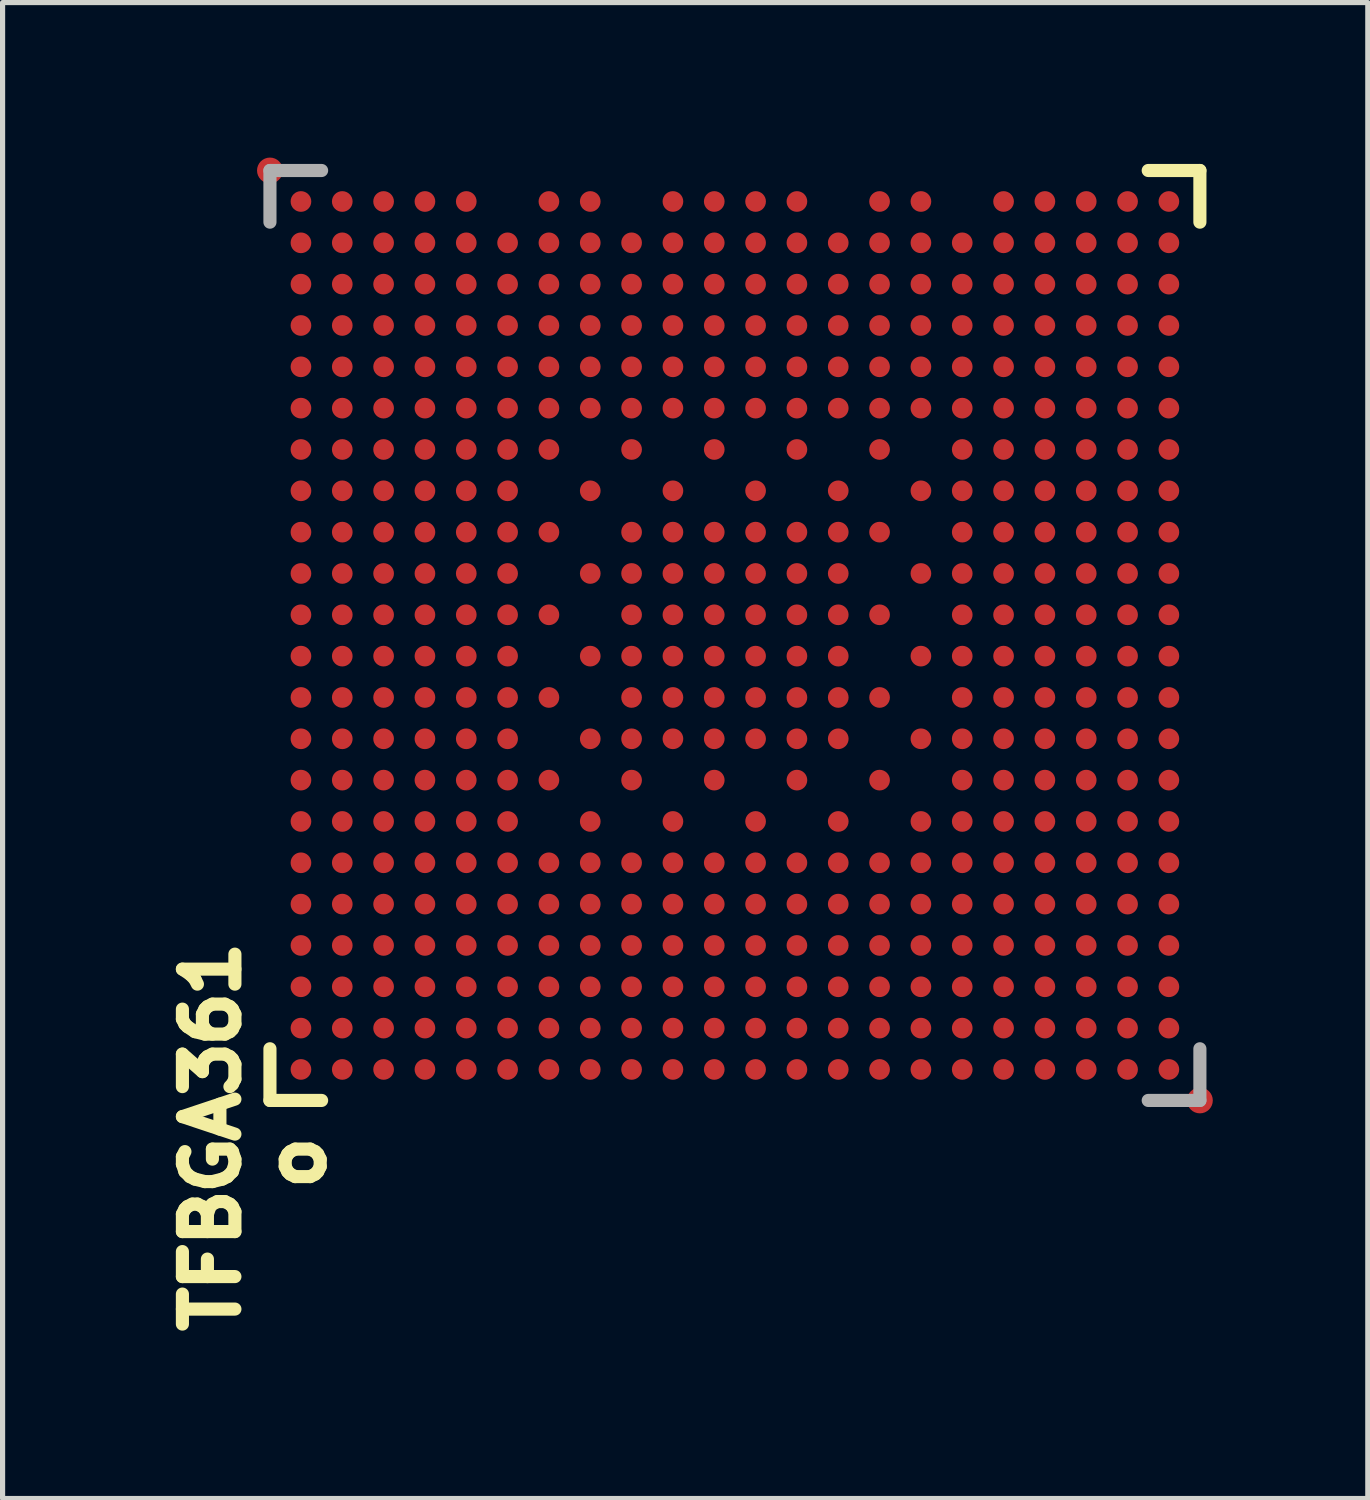
<source format=kicad_pcb>
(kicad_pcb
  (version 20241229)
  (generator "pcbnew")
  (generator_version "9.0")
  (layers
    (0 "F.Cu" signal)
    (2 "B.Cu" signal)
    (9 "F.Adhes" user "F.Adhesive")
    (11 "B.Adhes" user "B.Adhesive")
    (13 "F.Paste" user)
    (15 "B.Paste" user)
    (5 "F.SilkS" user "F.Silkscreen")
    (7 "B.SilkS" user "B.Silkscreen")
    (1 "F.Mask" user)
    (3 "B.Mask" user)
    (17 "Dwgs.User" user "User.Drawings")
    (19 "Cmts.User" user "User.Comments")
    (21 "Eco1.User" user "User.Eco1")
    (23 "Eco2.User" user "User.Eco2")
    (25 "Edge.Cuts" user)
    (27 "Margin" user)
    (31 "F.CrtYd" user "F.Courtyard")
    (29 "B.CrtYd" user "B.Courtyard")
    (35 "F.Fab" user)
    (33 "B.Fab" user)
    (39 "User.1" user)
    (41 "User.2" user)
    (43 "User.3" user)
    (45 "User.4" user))
  (footprint "TFBGA361"
    (layer "F.Cu")
    (at 11.175 9.25)
    (property "Reference" "TFBGA361" (at -10.135 9.7 90) (layer "F.SilkS") (effects (font (size 1.016 1.016) (thickness 0.254))))
    (attr through_hole)
    (fp_line (start -9 9) (end -9 8) (stroke (width 0.254) (type solid)) (layer "F.SilkS"))
    (fp_line (start -9 9) (end -8 9) (stroke (width 0.254) (type solid)) (layer "F.SilkS"))
    (fp_line (start 9 -9) (end 8 -9) (stroke (width 0.254) (type solid)) (layer "F.SilkS"))
    (fp_line (start 9 -9) (end 9 -8) (stroke (width 0.254) (type solid)) (layer "F.SilkS"))
    (fp_line (start -9 -9) (end -9 -8) (stroke (width 0.254) (type solid)) (layer "F.Fab"))
    (fp_line (start -9 -9) (end -8 -9) (stroke (width 0.254) (type solid)) (layer "F.Fab"))
    (fp_line (start 9 8) (end 9 9) (stroke (width 0.254) (type solid)) (layer "F.Fab"))
    (fp_line (start 9 9) (end 8 9) (stroke (width 0.254) (type solid)) (layer "F.Fab"))
    (fp_text user "o" (at -8.484 10.208 90) (layer "F.SilkS") (effects (font (size 1.016 1.016) (thickness 0.254))))
    (pad "" smd rect (at -8.4 -8.4 90) (size 0.42 0.42) (layers "F.Paste"))
    (pad "" smd rect (at -8.4 -7.6 90) (size 0.42 0.42) (layers "F.Paste"))
    (pad "" smd rect (at -8.4 -6.8 90) (size 0.42 0.42) (layers "F.Paste"))
    (pad "" smd rect (at -8.4 -6 90) (size 0.42 0.42) (layers "F.Paste"))
    (pad "" smd rect (at -8.4 -5.2 90) (size 0.42 0.42) (layers "F.Paste"))
    (pad "" smd rect (at -8.4 -4.4 90) (size 0.42 0.42) (layers "F.Paste"))
    (pad "" smd rect (at -8.4 -3.6 90) (size 0.42 0.42) (layers "F.Paste"))
    (pad "" smd rect (at -8.4 -2.8 90) (size 0.42 0.42) (layers "F.Paste"))
    (pad "" smd rect (at -8.4 -2 90) (size 0.42 0.42) (layers "F.Paste"))
    (pad "" smd rect (at -8.4 -1.2 90) (size 0.42 0.42) (layers "F.Paste"))
    (pad "" smd rect (at -8.4 -0.4 90) (size 0.42 0.42) (layers "F.Paste"))
    (pad "" smd rect (at -8.4 0.4 90) (size 0.42 0.42) (layers "F.Paste"))
    (pad "" smd rect (at -8.4 1.2 90) (size 0.42 0.42) (layers "F.Paste"))
    (pad "" smd rect (at -8.4 2 90) (size 0.42 0.42) (layers "F.Paste"))
    (pad "" smd rect (at -8.4 2.8 90) (size 0.42 0.42) (layers "F.Paste"))
    (pad "" smd rect (at -8.4 3.6 90) (size 0.42 0.42) (layers "F.Paste"))
    (pad "" smd rect (at -8.4 4.4 90) (size 0.42 0.42) (layers "F.Paste"))
    (pad "" smd rect (at -8.4 5.2 90) (size 0.42 0.42) (layers "F.Paste"))
    (pad "" smd rect (at -8.4 6 90) (size 0.42 0.42) (layers "F.Paste"))
    (pad "" smd rect (at -8.4 6.8 90) (size 0.42 0.42) (layers "F.Paste"))
    (pad "" smd rect (at -8.4 7.6 90) (size 0.42 0.42) (layers "F.Paste"))
    (pad "" smd rect (at -8.4 8.4 90) (size 0.42 0.42) (layers "F.Paste"))
    (pad "" smd rect (at -7.6 -8.4 90) (size 0.42 0.42) (layers "F.Paste"))
    (pad "" smd rect (at -7.6 -7.6 90) (size 0.42 0.42) (layers "F.Paste"))
    (pad "" smd rect (at -7.6 -6.8 90) (size 0.42 0.42) (layers "F.Paste"))
    (pad "" smd rect (at -7.6 -6 90) (size 0.42 0.42) (layers "F.Paste"))
    (pad "" smd rect (at -7.6 -5.2 90) (size 0.42 0.42) (layers "F.Paste"))
    (pad "" smd rect (at -7.6 -4.4 90) (size 0.42 0.42) (layers "F.Paste"))
    (pad "" smd rect (at -7.6 -3.6 90) (size 0.42 0.42) (layers "F.Paste"))
    (pad "" smd rect (at -7.6 -2.8 90) (size 0.42 0.42) (layers "F.Paste"))
    (pad "" smd rect (at -7.6 -2 90) (size 0.42 0.42) (layers "F.Paste"))
    (pad "" smd rect (at -7.6 -1.2 90) (size 0.42 0.42) (layers "F.Paste"))
    (pad "" smd rect (at -7.6 -0.4 90) (size 0.42 0.42) (layers "F.Paste"))
    (pad "" smd rect (at -7.6 0.4 90) (size 0.42 0.42) (layers "F.Paste"))
    (pad "" smd rect (at -7.6 1.2 90) (size 0.42 0.42) (layers "F.Paste"))
    (pad "" smd rect (at -7.6 2 90) (size 0.42 0.42) (layers "F.Paste"))
    (pad "" smd rect (at -7.6 2.8 90) (size 0.42 0.42) (layers "F.Paste"))
    (pad "" smd rect (at -7.6 3.6 90) (size 0.42 0.42) (layers "F.Paste"))
    (pad "" smd rect (at -7.6 4.4 90) (size 0.42 0.42) (layers "F.Paste"))
    (pad "" smd rect (at -7.6 5.2 90) (size 0.42 0.42) (layers "F.Paste"))
    (pad "" smd rect (at -7.6 6 90) (size 0.42 0.42) (layers "F.Paste"))
    (pad "" smd rect (at -7.6 6.8 90) (size 0.42 0.42) (layers "F.Paste"))
    (pad "" smd rect (at -7.6 7.6 90) (size 0.42 0.42) (layers "F.Paste"))
    (pad "" smd rect (at -7.6 8.4 90) (size 0.42 0.42) (layers "F.Paste"))
    (pad "" smd rect (at -6.8 -8.4 90) (size 0.42 0.42) (layers "F.Paste"))
    (pad "" smd rect (at -6.8 -7.6 90) (size 0.42 0.42) (layers "F.Paste"))
    (pad "" smd rect (at -6.8 -6.8 90) (size 0.42 0.42) (layers "F.Paste"))
    (pad "" smd rect (at -6.8 -6 90) (size 0.42 0.42) (layers "F.Paste"))
    (pad "" smd rect (at -6.8 -5.2 90) (size 0.42 0.42) (layers "F.Paste"))
    (pad "" smd rect (at -6.8 -4.4 90) (size 0.42 0.42) (layers "F.Paste"))
    (pad "" smd rect (at -6.8 -3.6 90) (size 0.42 0.42) (layers "F.Paste"))
    (pad "" smd rect (at -6.8 -2.8 90) (size 0.42 0.42) (layers "F.Paste"))
    (pad "" smd rect (at -6.8 -2 90) (size 0.42 0.42) (layers "F.Paste"))
    (pad "" smd rect (at -6.8 -1.2 90) (size 0.42 0.42) (layers "F.Paste"))
    (pad "" smd rect (at -6.8 -0.4 90) (size 0.42 0.42) (layers "F.Paste"))
    (pad "" smd rect (at -6.8 0.4 90) (size 0.42 0.42) (layers "F.Paste"))
    (pad "" smd rect (at -6.8 1.2 90) (size 0.42 0.42) (layers "F.Paste"))
    (pad "" smd rect (at -6.8 2 90) (size 0.42 0.42) (layers "F.Paste"))
    (pad "" smd rect (at -6.8 2.8 90) (size 0.42 0.42) (layers "F.Paste"))
    (pad "" smd rect (at -6.8 3.6 90) (size 0.42 0.42) (layers "F.Paste"))
    (pad "" smd rect (at -6.8 4.4 90) (size 0.42 0.42) (layers "F.Paste"))
    (pad "" smd rect (at -6.8 5.2 90) (size 0.42 0.42) (layers "F.Paste"))
    (pad "" smd rect (at -6.8 6 90) (size 0.42 0.42) (layers "F.Paste"))
    (pad "" smd rect (at -6.8 6.8 90) (size 0.42 0.42) (layers "F.Paste"))
    (pad "" smd rect (at -6.8 7.6 90) (size 0.42 0.42) (layers "F.Paste"))
    (pad "" smd rect (at -6.8 8.4 90) (size 0.42 0.42) (layers "F.Paste"))
    (pad "" smd rect (at -6 -8.4 90) (size 0.42 0.42) (layers "F.Paste"))
    (pad "" smd rect (at -6 -7.6 90) (size 0.42 0.42) (layers "F.Paste"))
    (pad "" smd rect (at -6 -6.8 90) (size 0.42 0.42) (layers "F.Paste"))
    (pad "" smd rect (at -6 -6 90) (size 0.42 0.42) (layers "F.Paste"))
    (pad "" smd rect (at -6 -5.2 90) (size 0.42 0.42) (layers "F.Paste"))
    (pad "" smd rect (at -6 -4.4 90) (size 0.42 0.42) (layers "F.Paste"))
    (pad "" smd rect (at -6 -3.6 90) (size 0.42 0.42) (layers "F.Paste"))
    (pad "" smd rect (at -6 -2.8 90) (size 0.42 0.42) (layers "F.Paste"))
    (pad "" smd rect (at -6 -2 90) (size 0.42 0.42) (layers "F.Paste"))
    (pad "" smd rect (at -6 -1.2 90) (size 0.42 0.42) (layers "F.Paste"))
    (pad "" smd rect (at -6 -0.4 90) (size 0.42 0.42) (layers "F.Paste"))
    (pad "" smd rect (at -6 0.4 90) (size 0.42 0.42) (layers "F.Paste"))
    (pad "" smd rect (at -6 1.2 90) (size 0.42 0.42) (layers "F.Paste"))
    (pad "" smd rect (at -6 2 90) (size 0.42 0.42) (layers "F.Paste"))
    (pad "" smd rect (at -6 2.8 90) (size 0.42 0.42) (layers "F.Paste"))
    (pad "" smd rect (at -6 3.6 90) (size 0.42 0.42) (layers "F.Paste"))
    (pad "" smd rect (at -6 4.4 90) (size 0.42 0.42) (layers "F.Paste"))
    (pad "" smd rect (at -6 5.2 90) (size 0.42 0.42) (layers "F.Paste"))
    (pad "" smd rect (at -6 6 90) (size 0.42 0.42) (layers "F.Paste"))
    (pad "" smd rect (at -6 6.8 90) (size 0.42 0.42) (layers "F.Paste"))
    (pad "" smd rect (at -6 7.6 90) (size 0.42 0.42) (layers "F.Paste"))
    (pad "" smd rect (at -6 8.4 90) (size 0.42 0.42) (layers "F.Paste"))
    (pad "" smd rect (at -5.2 -8.4 90) (size 0.42 0.42) (layers "F.Paste"))
    (pad "" smd rect (at -5.2 -7.6 90) (size 0.42 0.42) (layers "F.Paste"))
    (pad "" smd rect (at -5.2 -6.8 90) (size 0.42 0.42) (layers "F.Paste"))
    (pad "" smd rect (at -5.2 -6 90) (size 0.42 0.42) (layers "F.Paste"))
    (pad "" smd rect (at -5.2 -5.2 90) (size 0.42 0.42) (layers "F.Paste"))
    (pad "" smd rect (at -5.2 -4.4 90) (size 0.42 0.42) (layers "F.Paste"))
    (pad "" smd rect (at -5.2 -3.6 90) (size 0.42 0.42) (layers "F.Paste"))
    (pad "" smd rect (at -5.2 -2.8 90) (size 0.42 0.42) (layers "F.Paste"))
    (pad "" smd rect (at -5.2 -2 90) (size 0.42 0.42) (layers "F.Paste"))
    (pad "" smd rect (at -5.2 -1.2 90) (size 0.42 0.42) (layers "F.Paste"))
    (pad "" smd rect (at -5.2 -0.4 90) (size 0.42 0.42) (layers "F.Paste"))
    (pad "" smd rect (at -5.2 0.4 90) (size 0.42 0.42) (layers "F.Paste"))
    (pad "" smd rect (at -5.2 1.2 90) (size 0.42 0.42) (layers "F.Paste"))
    (pad "" smd rect (at -5.2 2 90) (size 0.42 0.42) (layers "F.Paste"))
    (pad "" smd rect (at -5.2 2.8 90) (size 0.42 0.42) (layers "F.Paste"))
    (pad "" smd rect (at -5.2 3.6 90) (size 0.42 0.42) (layers "F.Paste"))
    (pad "" smd rect (at -5.2 4.4 90) (size 0.42 0.42) (layers "F.Paste"))
    (pad "" smd rect (at -5.2 5.2 90) (size 0.42 0.42) (layers "F.Paste"))
    (pad "" smd rect (at -5.2 6 90) (size 0.42 0.42) (layers "F.Paste"))
    (pad "" smd rect (at -5.2 6.8 90) (size 0.42 0.42) (layers "F.Paste"))
    (pad "" smd rect (at -5.2 7.6 90) (size 0.42 0.42) (layers "F.Paste"))
    (pad "" smd rect (at -5.2 8.4 90) (size 0.42 0.42) (layers "F.Paste"))
    (pad "" smd rect (at -4.4 -7.6 90) (size 0.42 0.42) (layers "F.Paste"))
    (pad "" smd rect (at -4.4 -6.8 90) (size 0.42 0.42) (layers "F.Paste"))
    (pad "" smd rect (at -4.4 -6 90) (size 0.42 0.42) (layers "F.Paste"))
    (pad "" smd rect (at -4.4 -5.2 90) (size 0.42 0.42) (layers "F.Paste"))
    (pad "" smd rect (at -4.4 -4.4 90) (size 0.42 0.42) (layers "F.Paste"))
    (pad "" smd rect (at -4.4 -3.6 90) (size 0.42 0.42) (layers "F.Paste"))
    (pad "" smd rect (at -4.4 -2.8 90) (size 0.42 0.42) (layers "F.Paste"))
    (pad "" smd rect (at -4.4 -2 90) (size 0.42 0.42) (layers "F.Paste"))
    (pad "" smd rect (at -4.4 -1.2 90) (size 0.42 0.42) (layers "F.Paste"))
    (pad "" smd rect (at -4.4 -0.4 90) (size 0.42 0.42) (layers "F.Paste"))
    (pad "" smd rect (at -4.4 0.4 90) (size 0.42 0.42) (layers "F.Paste"))
    (pad "" smd rect (at -4.4 1.2 90) (size 0.42 0.42) (layers "F.Paste"))
    (pad "" smd rect (at -4.4 2 90) (size 0.42 0.42) (layers "F.Paste"))
    (pad "" smd rect (at -4.4 2.8 90) (size 0.42 0.42) (layers "F.Paste"))
    (pad "" smd rect (at -4.4 3.6 90) (size 0.42 0.42) (layers "F.Paste"))
    (pad "" smd rect (at -4.4 4.4 90) (size 0.42 0.42) (layers "F.Paste"))
    (pad "" smd rect (at -4.4 5.2 90) (size 0.42 0.42) (layers "F.Paste"))
    (pad "" smd rect (at -4.4 6 90) (size 0.42 0.42) (layers "F.Paste"))
    (pad "" smd rect (at -4.4 6.8 90) (size 0.42 0.42) (layers "F.Paste"))
    (pad "" smd rect (at -4.4 7.6 90) (size 0.42 0.42) (layers "F.Paste"))
    (pad "" smd rect (at -4.4 8.4 90) (size 0.42 0.42) (layers "F.Paste"))
    (pad "" smd rect (at -3.6 -8.4 90) (size 0.42 0.42) (layers "F.Paste"))
    (pad "" smd rect (at -3.6 -7.6 90) (size 0.42 0.42) (layers "F.Paste"))
    (pad "" smd rect (at -3.6 -6.8 90) (size 0.42 0.42) (layers "F.Paste"))
    (pad "" smd rect (at -3.6 -6 90) (size 0.42 0.42) (layers "F.Paste"))
    (pad "" smd rect (at -3.6 -5.2 90) (size 0.42 0.42) (layers "F.Paste"))
    (pad "" smd rect (at -3.6 -4.4 90) (size 0.42 0.42) (layers "F.Paste"))
    (pad "" smd rect (at -3.6 -3.6 90) (size 0.42 0.42) (layers "F.Paste"))
    (pad "" smd rect (at -3.6 -2 90) (size 0.42 0.42) (layers "F.Paste"))
    (pad "" smd rect (at -3.6 -0.4 90) (size 0.42 0.42) (layers "F.Paste"))
    (pad "" smd rect (at -3.6 1.2 90) (size 0.42 0.42) (layers "F.Paste"))
    (pad "" smd rect (at -3.6 2.8 90) (size 0.42 0.42) (layers "F.Paste"))
    (pad "" smd rect (at -3.6 4.4 90) (size 0.42 0.42) (layers "F.Paste"))
    (pad "" smd rect (at -3.6 5.2 90) (size 0.42 0.42) (layers "F.Paste"))
    (pad "" smd rect (at -3.6 6 90) (size 0.42 0.42) (layers "F.Paste"))
    (pad "" smd rect (at -3.6 6.8 90) (size 0.42 0.42) (layers "F.Paste"))
    (pad "" smd rect (at -3.6 7.6 90) (size 0.42 0.42) (layers "F.Paste"))
    (pad "" smd rect (at -3.6 8.4 90) (size 0.42 0.42) (layers "F.Paste"))
    (pad "" smd rect (at -2.8 -8.4 90) (size 0.42 0.42) (layers "F.Paste"))
    (pad "" smd rect (at -2.8 -7.6 90) (size 0.42 0.42) (layers "F.Paste"))
    (pad "" smd rect (at -2.8 -6.8 90) (size 0.42 0.42) (layers "F.Paste"))
    (pad "" smd rect (at -2.8 -6 90) (size 0.42 0.42) (layers "F.Paste"))
    (pad "" smd rect (at -2.8 -5.2 90) (size 0.42 0.42) (layers "F.Paste"))
    (pad "" smd rect (at -2.8 -4.4 90) (size 0.42 0.42) (layers "F.Paste"))
    (pad "" smd rect (at -2.8 -2.8 90) (size 0.42 0.42) (layers "F.Paste"))
    (pad "" smd rect (at -2.8 -1.2 90) (size 0.42 0.42) (layers "F.Paste"))
    (pad "" smd rect (at -2.8 0.4 90) (size 0.42 0.42) (layers "F.Paste"))
    (pad "" smd rect (at -2.8 2 90) (size 0.42 0.42) (layers "F.Paste"))
    (pad "" smd rect (at -2.8 3.6 90) (size 0.42 0.42) (layers "F.Paste"))
    (pad "" smd rect (at -2.8 4.4 90) (size 0.42 0.42) (layers "F.Paste"))
    (pad "" smd rect (at -2.8 5.2 90) (size 0.42 0.42) (layers "F.Paste"))
    (pad "" smd rect (at -2.8 6 90) (size 0.42 0.42) (layers "F.Paste"))
    (pad "" smd rect (at -2.8 6.8 90) (size 0.42 0.42) (layers "F.Paste"))
    (pad "" smd rect (at -2.8 7.6 90) (size 0.42 0.42) (layers "F.Paste"))
    (pad "" smd rect (at -2.8 8.4 90) (size 0.42 0.42) (layers "F.Paste"))
    (pad "" smd rect (at -2 -7.6 90) (size 0.42 0.42) (layers "F.Paste"))
    (pad "" smd rect (at -2 -6.8 90) (size 0.42 0.42) (layers "F.Paste"))
    (pad "" smd rect (at -2 -6 90) (size 0.42 0.42) (layers "F.Paste"))
    (pad "" smd rect (at -2 -5.2 90) (size 0.42 0.42) (layers "F.Paste"))
    (pad "" smd rect (at -2 -4.4 90) (size 0.42 0.42) (layers "F.Paste"))
    (pad "" smd rect (at -2 -3.6 90) (size 0.42 0.42) (layers "F.Paste"))
    (pad "" smd rect (at -2 -2 90) (size 0.42 0.42) (layers "F.Paste"))
    (pad "" smd rect (at -2 -1.2 90) (size 0.42 0.42) (layers "F.Paste"))
    (pad "" smd rect (at -2 -0.4 90) (size 0.42 0.42) (layers "F.Paste"))
    (pad "" smd rect (at -2 0.4 90) (size 0.42 0.42) (layers "F.Paste"))
    (pad "" smd rect (at -2 1.2 90) (size 0.42 0.42) (layers "F.Paste"))
    (pad "" smd rect (at -2 2 90) (size 0.42 0.42) (layers "F.Paste"))
    (pad "" smd rect (at -2 2.8 90) (size 0.42 0.42) (layers "F.Paste"))
    (pad "" smd rect (at -2 4.4 90) (size 0.42 0.42) (layers "F.Paste"))
    (pad "" smd rect (at -2 5.2 90) (size 0.42 0.42) (layers "F.Paste"))
    (pad "" smd rect (at -2 6 90) (size 0.42 0.42) (layers "F.Paste"))
    (pad "" smd rect (at -2 6.8 90) (size 0.42 0.42) (layers "F.Paste"))
    (pad "" smd rect (at -2 7.6 90) (size 0.42 0.42) (layers "F.Paste"))
    (pad "" smd rect (at -2 8.4 90) (size 0.42 0.42) (layers "F.Paste"))
    (pad "" smd rect (at -1.2 -8.4 90) (size 0.42 0.42) (layers "F.Paste"))
    (pad "" smd rect (at -1.2 -7.6 90) (size 0.42 0.42) (layers "F.Paste"))
    (pad "" smd rect (at -1.2 -6.8 90) (size 0.42 0.42) (layers "F.Paste"))
    (pad "" smd rect (at -1.2 -6 90) (size 0.42 0.42) (layers "F.Paste"))
    (pad "" smd rect (at -1.2 -5.2 90) (size 0.42 0.42) (layers "F.Paste"))
    (pad "" smd rect (at -1.2 -4.4 90) (size 0.42 0.42) (layers "F.Paste"))
    (pad "" smd rect (at -1.2 -2.8 90) (size 0.42 0.42) (layers "F.Paste"))
    (pad "" smd rect (at -1.2 -2 90) (size 0.42 0.42) (layers "F.Paste"))
    (pad "" smd rect (at -1.2 -1.2 90) (size 0.42 0.42) (layers "F.Paste"))
    (pad "" smd rect (at -1.2 -0.4 90) (size 0.42 0.42) (layers "F.Paste"))
    (pad "" smd rect (at -1.2 0.4 90) (size 0.42 0.42) (layers "F.Paste"))
    (pad "" smd rect (at -1.2 1.2 90) (size 0.42 0.42) (layers "F.Paste"))
    (pad "" smd rect (at -1.2 2 90) (size 0.42 0.42) (layers "F.Paste"))
    (pad "" smd rect (at -1.2 3.6 90) (size 0.42 0.42) (layers "F.Paste"))
    (pad "" smd rect (at -1.2 4.4 90) (size 0.42 0.42) (layers "F.Paste"))
    (pad "" smd rect (at -1.2 5.2 90) (size 0.42 0.42) (layers "F.Paste"))
    (pad "" smd rect (at -1.2 6 90) (size 0.42 0.42) (layers "F.Paste"))
    (pad "" smd rect (at -1.2 6.8 90) (size 0.42 0.42) (layers "F.Paste"))
    (pad "" smd rect (at -1.2 7.6 90) (size 0.42 0.42) (layers "F.Paste"))
    (pad "" smd rect (at -1.2 8.4 90) (size 0.42 0.42) (layers "F.Paste"))
    (pad "" smd rect (at -0.4 -8.4 90) (size 0.42 0.42) (layers "F.Paste"))
    (pad "" smd rect (at -0.4 -7.6 90) (size 0.42 0.42) (layers "F.Paste"))
    (pad "" smd rect (at -0.4 -6.8 90) (size 0.42 0.42) (layers "F.Paste"))
    (pad "" smd rect (at -0.4 -6 90) (size 0.42 0.42) (layers "F.Paste"))
    (pad "" smd rect (at -0.4 -5.2 90) (size 0.42 0.42) (layers "F.Paste"))
    (pad "" smd rect (at -0.4 -4.4 90) (size 0.42 0.42) (layers "F.Paste"))
    (pad "" smd rect (at -0.4 -3.6 90) (size 0.42 0.42) (layers "F.Paste"))
    (pad "" smd rect (at -0.4 -2 90) (size 0.42 0.42) (layers "F.Paste"))
    (pad "" smd rect (at -0.4 -1.2 90) (size 0.42 0.42) (layers "F.Paste"))
    (pad "" smd rect (at -0.4 -0.4 90) (size 0.42 0.42) (layers "F.Paste"))
    (pad "" smd rect (at -0.4 0.4 90) (size 0.42 0.42) (layers "F.Paste"))
    (pad "" smd rect (at -0.4 1.2 90) (size 0.42 0.42) (layers "F.Paste"))
    (pad "" smd rect (at -0.4 2 90) (size 0.42 0.42) (layers "F.Paste"))
    (pad "" smd rect (at -0.4 2.8 90) (size 0.42 0.42) (layers "F.Paste"))
    (pad "" smd rect (at -0.4 4.4 90) (size 0.42 0.42) (layers "F.Paste"))
    (pad "" smd rect (at -0.4 5.2 90) (size 0.42 0.42) (layers "F.Paste"))
    (pad "" smd rect (at -0.4 6 90) (size 0.42 0.42) (layers "F.Paste"))
    (pad "" smd rect (at -0.4 6.8 90) (size 0.42 0.42) (layers "F.Paste"))
    (pad "" smd rect (at -0.4 7.6 90) (size 0.42 0.42) (layers "F.Paste"))
    (pad "" smd rect (at -0.4 8.4 90) (size 0.42 0.42) (layers "F.Paste"))
    (pad "" smd rect (at 0.4 -8.4 90) (size 0.42 0.42) (layers "F.Paste"))
    (pad "" smd rect (at 0.4 -7.6 90) (size 0.42 0.42) (layers "F.Paste"))
    (pad "" smd rect (at 0.4 -6.8 90) (size 0.42 0.42) (layers "F.Paste"))
    (pad "" smd rect (at 0.4 -6 90) (size 0.42 0.42) (layers "F.Paste"))
    (pad "" smd rect (at 0.4 -5.2 90) (size 0.42 0.42) (layers "F.Paste"))
    (pad "" smd rect (at 0.4 -4.4 90) (size 0.42 0.42) (layers "F.Paste"))
    (pad "" smd rect (at 0.4 -2.8 90) (size 0.42 0.42) (layers "F.Paste"))
    (pad "" smd rect (at 0.4 -2 90) (size 0.42 0.42) (layers "F.Paste"))
    (pad "" smd rect (at 0.4 -1.2 90) (size 0.42 0.42) (layers "F.Paste"))
    (pad "" smd rect (at 0.4 -0.4 90) (size 0.42 0.42) (layers "F.Paste"))
    (pad "" smd rect (at 0.4 0.4 90) (size 0.42 0.42) (layers "F.Paste"))
    (pad "" smd rect (at 0.4 1.2 90) (size 0.42 0.42) (layers "F.Paste"))
    (pad "" smd rect (at 0.4 2 90) (size 0.42 0.42) (layers "F.Paste"))
    (pad "" smd rect (at 0.4 3.6 90) (size 0.42 0.42) (layers "F.Paste"))
    (pad "" smd rect (at 0.4 4.4 90) (size 0.42 0.42) (layers "F.Paste"))
    (pad "" smd rect (at 0.4 5.2 90) (size 0.42 0.42) (layers "F.Paste"))
    (pad "" smd rect (at 0.4 6 90) (size 0.42 0.42) (layers "F.Paste"))
    (pad "" smd rect (at 0.4 6.8 90) (size 0.42 0.42) (layers "F.Paste"))
    (pad "" smd rect (at 0.4 7.6 90) (size 0.42 0.42) (layers "F.Paste"))
    (pad "" smd rect (at 0.4 8.4 90) (size 0.42 0.42) (layers "F.Paste"))
    (pad "" smd rect (at 1.2 -8.4 90) (size 0.42 0.42) (layers "F.Paste"))
    (pad "" smd rect (at 1.2 -7.6 90) (size 0.42 0.42) (layers "F.Paste"))
    (pad "" smd rect (at 1.2 -6.8 90) (size 0.42 0.42) (layers "F.Paste"))
    (pad "" smd rect (at 1.2 -6 90) (size 0.42 0.42) (layers "F.Paste"))
    (pad "" smd rect (at 1.2 -5.2 90) (size 0.42 0.42) (layers "F.Paste"))
    (pad "" smd rect (at 1.2 -4.4 90) (size 0.42 0.42) (layers "F.Paste"))
    (pad "" smd rect (at 1.2 -3.6 90) (size 0.42 0.42) (layers "F.Paste"))
    (pad "" smd rect (at 1.2 -2 90) (size 0.42 0.42) (layers "F.Paste"))
    (pad "" smd rect (at 1.2 -1.2 90) (size 0.42 0.42) (layers "F.Paste"))
    (pad "" smd rect (at 1.2 -0.4 90) (size 0.42 0.42) (layers "F.Paste"))
    (pad "" smd rect (at 1.2 0.4 90) (size 0.42 0.42) (layers "F.Paste"))
    (pad "" smd rect (at 1.2 1.2 90) (size 0.42 0.42) (layers "F.Paste"))
    (pad "" smd rect (at 1.2 2 90) (size 0.42 0.42) (layers "F.Paste"))
    (pad "" smd rect (at 1.2 2.8 90) (size 0.42 0.42) (layers "F.Paste"))
    (pad "" smd rect (at 1.2 4.4 90) (size 0.42 0.42) (layers "F.Paste"))
    (pad "" smd rect (at 1.2 5.2 90) (size 0.42 0.42) (layers "F.Paste"))
    (pad "" smd rect (at 1.2 6 90) (size 0.42 0.42) (layers "F.Paste"))
    (pad "" smd rect (at 1.2 6.8 90) (size 0.42 0.42) (layers "F.Paste"))
    (pad "" smd rect (at 1.2 7.6 90) (size 0.42 0.42) (layers "F.Paste"))
    (pad "" smd rect (at 1.2 8.4 90) (size 0.42 0.42) (layers "F.Paste"))
    (pad "" smd rect (at 2 -7.6 90) (size 0.42 0.42) (layers "F.Paste"))
    (pad "" smd rect (at 2 -6.8 90) (size 0.42 0.42) (layers "F.Paste"))
    (pad "" smd rect (at 2 -6 90) (size 0.42 0.42) (layers "F.Paste"))
    (pad "" smd rect (at 2 -5.2 90) (size 0.42 0.42) (layers "F.Paste"))
    (pad "" smd rect (at 2 -4.4 90) (size 0.42 0.42) (layers "F.Paste"))
    (pad "" smd rect (at 2 -2.8 90) (size 0.42 0.42) (layers "F.Paste"))
    (pad "" smd rect (at 2 -2 90) (size 0.42 0.42) (layers "F.Paste"))
    (pad "" smd rect (at 2 -1.2 90) (size 0.42 0.42) (layers "F.Paste"))
    (pad "" smd rect (at 2 -0.4 90) (size 0.42 0.42) (layers "F.Paste"))
    (pad "" smd rect (at 2 0.4 90) (size 0.42 0.42) (layers "F.Paste"))
    (pad "" smd rect (at 2 1.2 90) (size 0.42 0.42) (layers "F.Paste"))
    (pad "" smd rect (at 2 2 90) (size 0.42 0.42) (layers "F.Paste"))
    (pad "" smd rect (at 2 3.6 90) (size 0.42 0.42) (layers "F.Paste"))
    (pad "" smd rect (at 2 4.4 90) (size 0.42 0.42) (layers "F.Paste"))
    (pad "" smd rect (at 2 5.2 90) (size 0.42 0.42) (layers "F.Paste"))
    (pad "" smd rect (at 2 6 90) (size 0.42 0.42) (layers "F.Paste"))
    (pad "" smd rect (at 2 6.8 90) (size 0.42 0.42) (layers "F.Paste"))
    (pad "" smd rect (at 2 7.6 90) (size 0.42 0.42) (layers "F.Paste"))
    (pad "" smd rect (at 2 8.4 90) (size 0.42 0.42) (layers "F.Paste"))
    (pad "" smd rect (at 2.8 -8.4 90) (size 0.42 0.42) (layers "F.Paste"))
    (pad "" smd rect (at 2.8 -7.6 90) (size 0.42 0.42) (layers "F.Paste"))
    (pad "" smd rect (at 2.8 -6.8 90) (size 0.42 0.42) (layers "F.Paste"))
    (pad "" smd rect (at 2.8 -6 90) (size 0.42 0.42) (layers "F.Paste"))
    (pad "" smd rect (at 2.8 -5.2 90) (size 0.42 0.42) (layers "F.Paste"))
    (pad "" smd rect (at 2.8 -4.4 90) (size 0.42 0.42) (layers "F.Paste"))
    (pad "" smd rect (at 2.8 -3.6 90) (size 0.42 0.42) (layers "F.Paste"))
    (pad "" smd rect (at 2.8 -2 90) (size 0.42 0.42) (layers "F.Paste"))
    (pad "" smd rect (at 2.8 -0.4 90) (size 0.42 0.42) (layers "F.Paste"))
    (pad "" smd rect (at 2.8 1.2 90) (size 0.42 0.42) (layers "F.Paste"))
    (pad "" smd rect (at 2.8 2.8 90) (size 0.42 0.42) (layers "F.Paste"))
    (pad "" smd rect (at 2.8 4.4 90) (size 0.42 0.42) (layers "F.Paste"))
    (pad "" smd rect (at 2.8 5.2 90) (size 0.42 0.42) (layers "F.Paste"))
    (pad "" smd rect (at 2.8 6 90) (size 0.42 0.42) (layers "F.Paste"))
    (pad "" smd rect (at 2.8 6.8 90) (size 0.42 0.42) (layers "F.Paste"))
    (pad "" smd rect (at 2.8 7.6 90) (size 0.42 0.42) (layers "F.Paste"))
    (pad "" smd rect (at 2.8 8.4 90) (size 0.42 0.42) (layers "F.Paste"))
    (pad "" smd rect (at 3.6 -8.4 90) (size 0.42 0.42) (layers "F.Paste"))
    (pad "" smd rect (at 3.6 -7.6 90) (size 0.42 0.42) (layers "F.Paste"))
    (pad "" smd rect (at 3.6 -6.8 90) (size 0.42 0.42) (layers "F.Paste"))
    (pad "" smd rect (at 3.6 -6 90) (size 0.42 0.42) (layers "F.Paste"))
    (pad "" smd rect (at 3.6 -5.2 90) (size 0.42 0.42) (layers "F.Paste"))
    (pad "" smd rect (at 3.6 -4.4 90) (size 0.42 0.42) (layers "F.Paste"))
    (pad "" smd rect (at 3.6 -2.8 90) (size 0.42 0.42) (layers "F.Paste"))
    (pad "" smd rect (at 3.6 -1.2 90) (size 0.42 0.42) (layers "F.Paste"))
    (pad "" smd rect (at 3.6 0.4 90) (size 0.42 0.42) (layers "F.Paste"))
    (pad "" smd rect (at 3.6 2 90) (size 0.42 0.42) (layers "F.Paste"))
    (pad "" smd rect (at 3.6 3.6 90) (size 0.42 0.42) (layers "F.Paste"))
    (pad "" smd rect (at 3.6 4.4 90) (size 0.42 0.42) (layers "F.Paste"))
    (pad "" smd rect (at 3.6 5.2 90) (size 0.42 0.42) (layers "F.Paste"))
    (pad "" smd rect (at 3.6 6 90) (size 0.42 0.42) (layers "F.Paste"))
    (pad "" smd rect (at 3.6 6.8 90) (size 0.42 0.42) (layers "F.Paste"))
    (pad "" smd rect (at 3.6 7.6 90) (size 0.42 0.42) (layers "F.Paste"))
    (pad "" smd rect (at 3.6 8.4 90) (size 0.42 0.42) (layers "F.Paste"))
    (pad "" smd rect (at 4.4 -7.6 90) (size 0.42 0.42) (layers "F.Paste"))
    (pad "" smd rect (at 4.4 -6.8 90) (size 0.42 0.42) (layers "F.Paste"))
    (pad "" smd rect (at 4.4 -6 90) (size 0.42 0.42) (layers "F.Paste"))
    (pad "" smd rect (at 4.4 -5.2 90) (size 0.42 0.42) (layers "F.Paste"))
    (pad "" smd rect (at 4.4 -4.4 90) (size 0.42 0.42) (layers "F.Paste"))
    (pad "" smd rect (at 4.4 -3.6 90) (size 0.42 0.42) (layers "F.Paste"))
    (pad "" smd rect (at 4.4 -2.8 90) (size 0.42 0.42) (layers "F.Paste"))
    (pad "" smd rect (at 4.4 -2 90) (size 0.42 0.42) (layers "F.Paste"))
    (pad "" smd rect (at 4.4 -1.2 90) (size 0.42 0.42) (layers "F.Paste"))
    (pad "" smd rect (at 4.4 -0.4 90) (size 0.42 0.42) (layers "F.Paste"))
    (pad "" smd rect (at 4.4 0.4 90) (size 0.42 0.42) (layers "F.Paste"))
    (pad "" smd rect (at 4.4 1.2 90) (size 0.42 0.42) (layers "F.Paste"))
    (pad "" smd rect (at 4.4 2 90) (size 0.42 0.42) (layers "F.Paste"))
    (pad "" smd rect (at 4.4 2.8 90) (size 0.42 0.42) (layers "F.Paste"))
    (pad "" smd rect (at 4.4 3.6 90) (size 0.42 0.42) (layers "F.Paste"))
    (pad "" smd rect (at 4.4 4.4 90) (size 0.42 0.42) (layers "F.Paste"))
    (pad "" smd rect (at 4.4 5.2 90) (size 0.42 0.42) (layers "F.Paste"))
    (pad "" smd rect (at 4.4 6 90) (size 0.42 0.42) (layers "F.Paste"))
    (pad "" smd rect (at 4.4 6.8 90) (size 0.42 0.42) (layers "F.Paste"))
    (pad "" smd rect (at 4.4 7.6 90) (size 0.42 0.42) (layers "F.Paste"))
    (pad "" smd rect (at 4.4 8.4 90) (size 0.42 0.42) (layers "F.Paste"))
    (pad "" smd rect (at 5.2 -8.4 90) (size 0.42 0.42) (layers "F.Paste"))
    (pad "" smd rect (at 5.2 -7.6 90) (size 0.42 0.42) (layers "F.Paste"))
    (pad "" smd rect (at 5.2 -6.8 90) (size 0.42 0.42) (layers "F.Paste"))
    (pad "" smd rect (at 5.2 -6 90) (size 0.42 0.42) (layers "F.Paste"))
    (pad "" smd rect (at 5.2 -5.2 90) (size 0.42 0.42) (layers "F.Paste"))
    (pad "" smd rect (at 5.2 -4.4 90) (size 0.42 0.42) (layers "F.Paste"))
    (pad "" smd rect (at 5.2 -3.6 90) (size 0.42 0.42) (layers "F.Paste"))
    (pad "" smd rect (at 5.2 -2.8 90) (size 0.42 0.42) (layers "F.Paste"))
    (pad "" smd rect (at 5.2 -2 90) (size 0.42 0.42) (layers "F.Paste"))
    (pad "" smd rect (at 5.2 -1.2 90) (size 0.42 0.42) (layers "F.Paste"))
    (pad "" smd rect (at 5.2 -0.4 90) (size 0.42 0.42) (layers "F.Paste"))
    (pad "" smd rect (at 5.2 0.4 90) (size 0.42 0.42) (layers "F.Paste"))
    (pad "" smd rect (at 5.2 1.2 90) (size 0.42 0.42) (layers "F.Paste"))
    (pad "" smd rect (at 5.2 2 90) (size 0.42 0.42) (layers "F.Paste"))
    (pad "" smd rect (at 5.2 2.8 90) (size 0.42 0.42) (layers "F.Paste"))
    (pad "" smd rect (at 5.2 3.6 90) (size 0.42 0.42) (layers "F.Paste"))
    (pad "" smd rect (at 5.2 4.4 90) (size 0.42 0.42) (layers "F.Paste"))
    (pad "" smd rect (at 5.2 5.2 90) (size 0.42 0.42) (layers "F.Paste"))
    (pad "" smd rect (at 5.2 6 90) (size 0.42 0.42) (layers "F.Paste"))
    (pad "" smd rect (at 5.2 6.8 90) (size 0.42 0.42) (layers "F.Paste"))
    (pad "" smd rect (at 5.2 7.6 90) (size 0.42 0.42) (layers "F.Paste"))
    (pad "" smd rect (at 5.2 8.4 90) (size 0.42 0.42) (layers "F.Paste"))
    (pad "" smd rect (at 6 -8.4 90) (size 0.42 0.42) (layers "F.Paste"))
    (pad "" smd rect (at 6 -7.6 90) (size 0.42 0.42) (layers "F.Paste"))
    (pad "" smd rect (at 6 -6.8 90) (size 0.42 0.42) (layers "F.Paste"))
    (pad "" smd rect (at 6 -6 90) (size 0.42 0.42) (layers "F.Paste"))
    (pad "" smd rect (at 6 -5.2 90) (size 0.42 0.42) (layers "F.Paste"))
    (pad "" smd rect (at 6 -4.4 90) (size 0.42 0.42) (layers "F.Paste"))
    (pad "" smd rect (at 6 -3.6 90) (size 0.42 0.42) (layers "F.Paste"))
    (pad "" smd rect (at 6 -2.8 90) (size 0.42 0.42) (layers "F.Paste"))
    (pad "" smd rect (at 6 -2 90) (size 0.42 0.42) (layers "F.Paste"))
    (pad "" smd rect (at 6 -1.2 90) (size 0.42 0.42) (layers "F.Paste"))
    (pad "" smd rect (at 6 -0.4 90) (size 0.42 0.42) (layers "F.Paste"))
    (pad "" smd rect (at 6 0.4 90) (size 0.42 0.42) (layers "F.Paste"))
    (pad "" smd rect (at 6 1.2 90) (size 0.42 0.42) (layers "F.Paste"))
    (pad "" smd rect (at 6 2 90) (size 0.42 0.42) (layers "F.Paste"))
    (pad "" smd rect (at 6 2.8 90) (size 0.42 0.42) (layers "F.Paste"))
    (pad "" smd rect (at 6 3.6 90) (size 0.42 0.42) (layers "F.Paste"))
    (pad "" smd rect (at 6 4.4 90) (size 0.42 0.42) (layers "F.Paste"))
    (pad "" smd rect (at 6 5.2 90) (size 0.42 0.42) (layers "F.Paste"))
    (pad "" smd rect (at 6 6 90) (size 0.42 0.42) (layers "F.Paste"))
    (pad "" smd rect (at 6 6.8 90) (size 0.42 0.42) (layers "F.Paste"))
    (pad "" smd rect (at 6 7.6 90) (size 0.42 0.42) (layers "F.Paste"))
    (pad "" smd rect (at 6 8.4 90) (size 0.42 0.42) (layers "F.Paste"))
    (pad "" smd rect (at 6.8 -8.4 90) (size 0.42 0.42) (layers "F.Paste"))
    (pad "" smd rect (at 6.8 -7.6 90) (size 0.42 0.42) (layers "F.Paste"))
    (pad "" smd rect (at 6.8 -6.8 90) (size 0.42 0.42) (layers "F.Paste"))
    (pad "" smd rect (at 6.8 -6 90) (size 0.42 0.42) (layers "F.Paste"))
    (pad "" smd rect (at 6.8 -5.2 90) (size 0.42 0.42) (layers "F.Paste"))
    (pad "" smd rect (at 6.8 -4.4 90) (size 0.42 0.42) (layers "F.Paste"))
    (pad "" smd rect (at 6.8 -3.6 90) (size 0.42 0.42) (layers "F.Paste"))
    (pad "" smd rect (at 6.8 -2.8 90) (size 0.42 0.42) (layers "F.Paste"))
    (pad "" smd rect (at 6.8 -2 90) (size 0.42 0.42) (layers "F.Paste"))
    (pad "" smd rect (at 6.8 -1.2 90) (size 0.42 0.42) (layers "F.Paste"))
    (pad "" smd rect (at 6.8 -0.4 90) (size 0.42 0.42) (layers "F.Paste"))
    (pad "" smd rect (at 6.8 0.4 90) (size 0.42 0.42) (layers "F.Paste"))
    (pad "" smd rect (at 6.8 1.2 90) (size 0.42 0.42) (layers "F.Paste"))
    (pad "" smd rect (at 6.8 2 90) (size 0.42 0.42) (layers "F.Paste"))
    (pad "" smd rect (at 6.8 2.8 90) (size 0.42 0.42) (layers "F.Paste"))
    (pad "" smd rect (at 6.8 3.6 90) (size 0.42 0.42) (layers "F.Paste"))
    (pad "" smd rect (at 6.8 4.4 90) (size 0.42 0.42) (layers "F.Paste"))
    (pad "" smd rect (at 6.8 5.2 90) (size 0.42 0.42) (layers "F.Paste"))
    (pad "" smd rect (at 6.8 6 90) (size 0.42 0.42) (layers "F.Paste"))
    (pad "" smd rect (at 6.8 6.8 90) (size 0.42 0.42) (layers "F.Paste"))
    (pad "" smd rect (at 6.8 7.6 90) (size 0.42 0.42) (layers "F.Paste"))
    (pad "" smd rect (at 6.8 8.4 90) (size 0.42 0.42) (layers "F.Paste"))
    (pad "" smd rect (at 7.6 -8.4 90) (size 0.42 0.42) (layers "F.Paste"))
    (pad "" smd rect (at 7.6 -7.6 90) (size 0.42 0.42) (layers "F.Paste"))
    (pad "" smd rect (at 7.6 -6.8 90) (size 0.42 0.42) (layers "F.Paste"))
    (pad "" smd rect (at 7.6 -6 90) (size 0.42 0.42) (layers "F.Paste"))
    (pad "" smd rect (at 7.6 -5.2 90) (size 0.42 0.42) (layers "F.Paste"))
    (pad "" smd rect (at 7.6 -4.4 90) (size 0.42 0.42) (layers "F.Paste"))
    (pad "" smd rect (at 7.6 -3.6 90) (size 0.42 0.42) (layers "F.Paste"))
    (pad "" smd rect (at 7.6 -2.8 90) (size 0.42 0.42) (layers "F.Paste"))
    (pad "" smd rect (at 7.6 -2 90) (size 0.42 0.42) (layers "F.Paste"))
    (pad "" smd rect (at 7.6 -1.2 90) (size 0.42 0.42) (layers "F.Paste"))
    (pad "" smd rect (at 7.6 -0.4 90) (size 0.42 0.42) (layers "F.Paste"))
    (pad "" smd rect (at 7.6 0.4 90) (size 0.42 0.42) (layers "F.Paste"))
    (pad "" smd rect (at 7.6 1.2 90) (size 0.42 0.42) (layers "F.Paste"))
    (pad "" smd rect (at 7.6 2 90) (size 0.42 0.42) (layers "F.Paste"))
    (pad "" smd rect (at 7.6 2.8 90) (size 0.42 0.42) (layers "F.Paste"))
    (pad "" smd rect (at 7.6 3.6 90) (size 0.42 0.42) (layers "F.Paste"))
    (pad "" smd rect (at 7.6 4.4 90) (size 0.42 0.42) (layers "F.Paste"))
    (pad "" smd rect (at 7.6 5.2 90) (size 0.42 0.42) (layers "F.Paste"))
    (pad "" smd rect (at 7.6 6 90) (size 0.42 0.42) (layers "F.Paste"))
    (pad "" smd rect (at 7.6 6.8 90) (size 0.42 0.42) (layers "F.Paste"))
    (pad "" smd rect (at 7.6 7.6 90) (size 0.42 0.42) (layers "F.Paste"))
    (pad "" smd rect (at 7.6 8.4 90) (size 0.42 0.42) (layers "F.Paste"))
    (pad "" smd rect (at 8.4 -8.4 90) (size 0.42 0.42) (layers "F.Paste"))
    (pad "" smd rect (at 8.4 -7.6 90) (size 0.42 0.42) (layers "F.Paste"))
    (pad "" smd rect (at 8.4 -6.8 90) (size 0.42 0.42) (layers "F.Paste"))
    (pad "" smd rect (at 8.4 -6 90) (size 0.42 0.42) (layers "F.Paste"))
    (pad "" smd rect (at 8.4 -5.2 90) (size 0.42 0.42) (layers "F.Paste"))
    (pad "" smd rect (at 8.4 -4.4 90) (size 0.42 0.42) (layers "F.Paste"))
    (pad "" smd rect (at 8.4 -3.6 90) (size 0.42 0.42) (layers "F.Paste"))
    (pad "" smd rect (at 8.4 -2.8 90) (size 0.42 0.42) (layers "F.Paste"))
    (pad "" smd rect (at 8.4 -2 90) (size 0.42 0.42) (layers "F.Paste"))
    (pad "" smd rect (at 8.4 -1.2 90) (size 0.42 0.42) (layers "F.Paste"))
    (pad "" smd rect (at 8.4 -0.4 90) (size 0.42 0.42) (layers "F.Paste"))
    (pad "" smd rect (at 8.4 0.4 90) (size 0.42 0.42) (layers "F.Paste"))
    (pad "" smd rect (at 8.4 1.2 90) (size 0.42 0.42) (layers "F.Paste"))
    (pad "" smd rect (at 8.4 2 90) (size 0.42 0.42) (layers "F.Paste"))
    (pad "" smd rect (at 8.4 2.8 90) (size 0.42 0.42) (layers "F.Paste"))
    (pad "" smd rect (at 8.4 3.6 90) (size 0.42 0.42) (layers "F.Paste"))
    (pad "" smd rect (at 8.4 4.4 90) (size 0.42 0.42) (layers "F.Paste"))
    (pad "" smd rect (at 8.4 5.2 90) (size 0.42 0.42) (layers "F.Paste"))
    (pad "" smd rect (at 8.4 6 90) (size 0.42 0.42) (layers "F.Paste"))
    (pad "" smd rect (at 8.4 6.8 90) (size 0.42 0.42) (layers "F.Paste"))
    (pad "" smd rect (at 8.4 7.6 90) (size 0.42 0.42) (layers "F.Paste"))
    (pad "" smd rect (at 8.4 8.4 90) (size 0.42 0.42) (layers "F.Paste"))
    (pad "A1" smd circle (at -8.4 8.4 90) (size 0.4 0.4) (layers "F.Cu" "F.Mask"))
    (pad "A2" smd circle (at -8.4 7.6 90) (size 0.4 0.4) (layers "F.Cu" "F.Mask"))
    (pad "A3" smd circle (at -8.4 6.8 90) (size 0.4 0.4) (layers "F.Cu" "F.Mask"))
    (pad "A4" smd circle (at -8.4 6 90) (size 0.4 0.4) (layers "F.Cu" "F.Mask"))
    (pad "A5" smd circle (at -8.4 5.2 90) (size 0.4 0.4) (layers "F.Cu" "F.Mask"))
    (pad "A6" smd circle (at -8.4 4.4 90) (size 0.4 0.4) (layers "F.Cu" "F.Mask"))
    (pad "A7" smd circle (at -8.4 3.6 90) (size 0.4 0.4) (layers "F.Cu" "F.Mask"))
    (pad "A8" smd circle (at -8.4 2.8 90) (size 0.4 0.4) (layers "F.Cu" "F.Mask"))
    (pad "A9" smd circle (at -8.4 2 90) (size 0.4 0.4) (layers "F.Cu" "F.Mask"))
    (pad "A10" smd circle (at -8.4 1.2 90) (size 0.4 0.4) (layers "F.Cu" "F.Mask"))
    (pad "A11" smd circle (at -8.4 0.4 90) (size 0.4 0.4) (layers "F.Cu" "F.Mask"))
    (pad "A12" smd circle (at -8.4 -0.4 90) (size 0.4 0.4) (layers "F.Cu" "F.Mask"))
    (pad "A13" smd circle (at -8.4 -1.2 90) (size 0.4 0.4) (layers "F.Cu" "F.Mask"))
    (pad "A14" smd circle (at -8.4 -2 90) (size 0.4 0.4) (layers "F.Cu" "F.Mask"))
    (pad "A15" smd circle (at -8.4 -2.8 90) (size 0.4 0.4) (layers "F.Cu" "F.Mask"))
    (pad "A16" smd circle (at -8.4 -3.6 90) (size 0.4 0.4) (layers "F.Cu" "F.Mask"))
    (pad "A17" smd circle (at -8.4 -4.4 90) (size 0.4 0.4) (layers "F.Cu" "F.Mask"))
    (pad "A18" smd circle (at -8.4 -5.2 90) (size 0.4 0.4) (layers "F.Cu" "F.Mask"))
    (pad "A19" smd circle (at -8.4 -6 90) (size 0.4 0.4) (layers "F.Cu" "F.Mask"))
    (pad "A20" smd circle (at -8.4 -6.8 90) (size 0.4 0.4) (layers "F.Cu" "F.Mask"))
    (pad "A21" smd circle (at -8.4 -7.6 90) (size 0.4 0.4) (layers "F.Cu" "F.Mask"))
    (pad "A22" smd circle (at -8.4 -8.4 90) (size 0.4 0.4) (layers "F.Cu" "F.Mask"))
    (pad "AA1" smd circle (at 7.6 8.4 90) (size 0.4 0.4) (layers "F.Cu" "F.Mask"))
    (pad "AA2" smd circle (at 7.6 7.6 90) (size 0.4 0.4) (layers "F.Cu" "F.Mask"))
    (pad "AA3" smd circle (at 7.6 6.8 90) (size 0.4 0.4) (layers "F.Cu" "F.Mask"))
    (pad "AA4" smd circle (at 7.6 6 90) (size 0.4 0.4) (layers "F.Cu" "F.Mask"))
    (pad "AA5" smd circle (at 7.6 5.2 90) (size 0.4 0.4) (layers "F.Cu" "F.Mask"))
    (pad "AA6" smd circle (at 7.6 4.4 90) (size 0.4 0.4) (layers "F.Cu" "F.Mask"))
    (pad "AA7" smd circle (at 7.6 3.6 90) (size 0.4 0.4) (layers "F.Cu" "F.Mask"))
    (pad "AA8" smd circle (at 7.6 2.8 90) (size 0.4 0.4) (layers "F.Cu" "F.Mask"))
    (pad "AA9" smd circle (at 7.6 2 90) (size 0.4 0.4) (layers "F.Cu" "F.Mask"))
    (pad "AA10" smd circle (at 7.6 1.2 90) (size 0.4 0.4) (layers "F.Cu" "F.Mask"))
    (pad "AA11" smd circle (at 7.6 0.4 90) (size 0.4 0.4) (layers "F.Cu" "F.Mask"))
    (pad "AA12" smd circle (at 7.6 -0.4 90) (size 0.4 0.4) (layers "F.Cu" "F.Mask"))
    (pad "AA13" smd circle (at 7.6 -1.2 90) (size 0.4 0.4) (layers "F.Cu" "F.Mask"))
    (pad "AA14" smd circle (at 7.6 -2 90) (size 0.4 0.4) (layers "F.Cu" "F.Mask"))
    (pad "AA15" smd circle (at 7.6 -2.8 90) (size 0.4 0.4) (layers "F.Cu" "F.Mask"))
    (pad "AA16" smd circle (at 7.6 -3.6 90) (size 0.4 0.4) (layers "F.Cu" "F.Mask"))
    (pad "AA17" smd circle (at 7.6 -4.4 90) (size 0.4 0.4) (layers "F.Cu" "F.Mask"))
    (pad "AA18" smd circle (at 7.6 -5.2 90) (size 0.4 0.4) (layers "F.Cu" "F.Mask"))
    (pad "AA19" smd circle (at 7.6 -6 90) (size 0.4 0.4) (layers "F.Cu" "F.Mask"))
    (pad "AA20" smd circle (at 7.6 -6.8 90) (size 0.4 0.4) (layers "F.Cu" "F.Mask"))
    (pad "AA21" smd circle (at 7.6 -7.6 90) (size 0.4 0.4) (layers "F.Cu" "F.Mask"))
    (pad "AA22" smd circle (at 7.6 -8.4 90) (size 0.4 0.4) (layers "F.Cu" "F.Mask"))
    (pad "AB1" smd circle (at 8.4 8.4 90) (size 0.4 0.4) (layers "F.Cu" "F.Mask"))
    (pad "AB2" smd circle (at 8.4 7.6 90) (size 0.4 0.4) (layers "F.Cu" "F.Mask"))
    (pad "AB3" smd circle (at 8.4 6.8 90) (size 0.4 0.4) (layers "F.Cu" "F.Mask"))
    (pad "AB4" smd circle (at 8.4 6 90) (size 0.4 0.4) (layers "F.Cu" "F.Mask"))
    (pad "AB5" smd circle (at 8.4 5.2 90) (size 0.4 0.4) (layers "F.Cu" "F.Mask"))
    (pad "AB6" smd circle (at 8.4 4.4 90) (size 0.4 0.4) (layers "F.Cu" "F.Mask"))
    (pad "AB7" smd circle (at 8.4 3.6 90) (size 0.4 0.4) (layers "F.Cu" "F.Mask"))
    (pad "AB8" smd circle (at 8.4 2.8 90) (size 0.4 0.4) (layers "F.Cu" "F.Mask"))
    (pad "AB9" smd circle (at 8.4 2 90) (size 0.4 0.4) (layers "F.Cu" "F.Mask"))
    (pad "AB10" smd circle (at 8.4 1.2 90) (size 0.4 0.4) (layers "F.Cu" "F.Mask"))
    (pad "AB11" smd circle (at 8.4 0.4 90) (size 0.4 0.4) (layers "F.Cu" "F.Mask"))
    (pad "AB12" smd circle (at 8.4 -0.4 90) (size 0.4 0.4) (layers "F.Cu" "F.Mask"))
    (pad "AB13" smd circle (at 8.4 -1.2 90) (size 0.4 0.4) (layers "F.Cu" "F.Mask"))
    (pad "AB14" smd circle (at 8.4 -2 90) (size 0.4 0.4) (layers "F.Cu" "F.Mask"))
    (pad "AB15" smd circle (at 8.4 -2.8 90) (size 0.4 0.4) (layers "F.Cu" "F.Mask"))
    (pad "AB16" smd circle (at 8.4 -3.6 90) (size 0.4 0.4) (layers "F.Cu" "F.Mask"))
    (pad "AB17" smd circle (at 8.4 -4.4 90) (size 0.4 0.4) (layers "F.Cu" "F.Mask"))
    (pad "AB18" smd circle (at 8.4 -5.2 90) (size 0.4 0.4) (layers "F.Cu" "F.Mask"))
    (pad "AB19" smd circle (at 8.4 -6 90) (size 0.4 0.4) (layers "F.Cu" "F.Mask"))
    (pad "AB20" smd circle (at 8.4 -6.8 90) (size 0.4 0.4) (layers "F.Cu" "F.Mask"))
    (pad "AB21" smd circle (at 8.4 -7.6 90) (size 0.4 0.4) (layers "F.Cu" "F.Mask"))
    (pad "AB22" smd circle (at 8.4 -8.4 90) (size 0.4 0.4) (layers "F.Cu" "F.Mask"))
    (pad "B1" smd circle (at -7.6 8.4 90) (size 0.4 0.4) (layers "F.Cu" "F.Mask"))
    (pad "B2" smd circle (at -7.6 7.6 90) (size 0.4 0.4) (layers "F.Cu" "F.Mask"))
    (pad "B3" smd circle (at -7.6 6.8 90) (size 0.4 0.4) (layers "F.Cu" "F.Mask"))
    (pad "B4" smd circle (at -7.6 6 90) (size 0.4 0.4) (layers "F.Cu" "F.Mask"))
    (pad "B5" smd circle (at -7.6 5.2 90) (size 0.4 0.4) (layers "F.Cu" "F.Mask"))
    (pad "B6" smd circle (at -7.6 4.4 90) (size 0.4 0.4) (layers "F.Cu" "F.Mask"))
    (pad "B7" smd circle (at -7.6 3.6 90) (size 0.4 0.4) (layers "F.Cu" "F.Mask"))
    (pad "B8" smd circle (at -7.6 2.8 90) (size 0.4 0.4) (layers "F.Cu" "F.Mask"))
    (pad "B9" smd circle (at -7.6 2 90) (size 0.4 0.4) (layers "F.Cu" "F.Mask"))
    (pad "B10" smd circle (at -7.6 1.2 90) (size 0.4 0.4) (layers "F.Cu" "F.Mask"))
    (pad "B11" smd circle (at -7.6 0.4 90) (size 0.4 0.4) (layers "F.Cu" "F.Mask"))
    (pad "B12" smd circle (at -7.6 -0.4 90) (size 0.4 0.4) (layers "F.Cu" "F.Mask"))
    (pad "B13" smd circle (at -7.6 -1.2 90) (size 0.4 0.4) (layers "F.Cu" "F.Mask"))
    (pad "B14" smd circle (at -7.6 -2 90) (size 0.4 0.4) (layers "F.Cu" "F.Mask"))
    (pad "B15" smd circle (at -7.6 -2.8 90) (size 0.4 0.4) (layers "F.Cu" "F.Mask"))
    (pad "B16" smd circle (at -7.6 -3.6 90) (size 0.4 0.4) (layers "F.Cu" "F.Mask"))
    (pad "B17" smd circle (at -7.6 -4.4 90) (size 0.4 0.4) (layers "F.Cu" "F.Mask"))
    (pad "B18" smd circle (at -7.6 -5.2 90) (size 0.4 0.4) (layers "F.Cu" "F.Mask"))
    (pad "B19" smd circle (at -7.6 -6 90) (size 0.4 0.4) (layers "F.Cu" "F.Mask"))
    (pad "B20" smd circle (at -7.6 -6.8 90) (size 0.4 0.4) (layers "F.Cu" "F.Mask"))
    (pad "B21" smd circle (at -7.6 -7.6 90) (size 0.4 0.4) (layers "F.Cu" "F.Mask"))
    (pad "B22" smd circle (at -7.6 -8.4 90) (size 0.4 0.4) (layers "F.Cu" "F.Mask"))
    (pad "C1" smd circle (at -6.8 8.4 90) (size 0.4 0.4) (layers "F.Cu" "F.Mask"))
    (pad "C2" smd circle (at -6.8 7.6 90) (size 0.4 0.4) (layers "F.Cu" "F.Mask"))
    (pad "C3" smd circle (at -6.8 6.8 90) (size 0.4 0.4) (layers "F.Cu" "F.Mask"))
    (pad "C4" smd circle (at -6.8 6 90) (size 0.4 0.4) (layers "F.Cu" "F.Mask"))
    (pad "C5" smd circle (at -6.8 5.2 90) (size 0.4 0.4) (layers "F.Cu" "F.Mask"))
    (pad "C6" smd circle (at -6.8 4.4 90) (size 0.4 0.4) (layers "F.Cu" "F.Mask"))
    (pad "C7" smd circle (at -6.8 3.6 90) (size 0.4 0.4) (layers "F.Cu" "F.Mask"))
    (pad "C8" smd circle (at -6.8 2.8 90) (size 0.4 0.4) (layers "F.Cu" "F.Mask"))
    (pad "C9" smd circle (at -6.8 2 90) (size 0.4 0.4) (layers "F.Cu" "F.Mask"))
    (pad "C10" smd circle (at -6.8 1.2 90) (size 0.4 0.4) (layers "F.Cu" "F.Mask"))
    (pad "C11" smd circle (at -6.8 0.4 90) (size 0.4 0.4) (layers "F.Cu" "F.Mask"))
    (pad "C12" smd circle (at -6.8 -0.4 90) (size 0.4 0.4) (layers "F.Cu" "F.Mask"))
    (pad "C13" smd circle (at -6.8 -1.2 90) (size 0.4 0.4) (layers "F.Cu" "F.Mask"))
    (pad "C14" smd circle (at -6.8 -2 90) (size 0.4 0.4) (layers "F.Cu" "F.Mask"))
    (pad "C15" smd circle (at -6.8 -2.8 90) (size 0.4 0.4) (layers "F.Cu" "F.Mask"))
    (pad "C16" smd circle (at -6.8 -3.6 90) (size 0.4 0.4) (layers "F.Cu" "F.Mask"))
    (pad "C17" smd circle (at -6.8 -4.4 90) (size 0.4 0.4) (layers "F.Cu" "F.Mask"))
    (pad "C18" smd circle (at -6.8 -5.2 90) (size 0.4 0.4) (layers "F.Cu" "F.Mask"))
    (pad "C19" smd circle (at -6.8 -6 90) (size 0.4 0.4) (layers "F.Cu" "F.Mask"))
    (pad "C20" smd circle (at -6.8 -6.8 90) (size 0.4 0.4) (layers "F.Cu" "F.Mask"))
    (pad "C21" smd circle (at -6.8 -7.6 90) (size 0.4 0.4) (layers "F.Cu" "F.Mask"))
    (pad "C22" smd circle (at -6.8 -8.4 90) (size 0.4 0.4) (layers "F.Cu" "F.Mask"))
    (pad "D1" smd circle (at -6 8.4 90) (size 0.4 0.4) (layers "F.Cu" "F.Mask"))
    (pad "D2" smd circle (at -6 7.6 90) (size 0.4 0.4) (layers "F.Cu" "F.Mask"))
    (pad "D3" smd circle (at -6 6.8 90) (size 0.4 0.4) (layers "F.Cu" "F.Mask"))
    (pad "D4" smd circle (at -6 6 90) (size 0.4 0.4) (layers "F.Cu" "F.Mask"))
    (pad "D5" smd circle (at -6 5.2 90) (size 0.4 0.4) (layers "F.Cu" "F.Mask"))
    (pad "D6" smd circle (at -6 4.4 90) (size 0.4 0.4) (layers "F.Cu" "F.Mask"))
    (pad "D7" smd circle (at -6 3.6 90) (size 0.4 0.4) (layers "F.Cu" "F.Mask"))
    (pad "D8" smd circle (at -6 2.8 90) (size 0.4 0.4) (layers "F.Cu" "F.Mask"))
    (pad "D9" smd circle (at -6 2 90) (size 0.4 0.4) (layers "F.Cu" "F.Mask"))
    (pad "D10" smd circle (at -6 1.2 90) (size 0.4 0.4) (layers "F.Cu" "F.Mask"))
    (pad "D11" smd circle (at -6 0.4 90) (size 0.4 0.4) (layers "F.Cu" "F.Mask"))
    (pad "D12" smd circle (at -6 -0.4 90) (size 0.4 0.4) (layers "F.Cu" "F.Mask"))
    (pad "D13" smd circle (at -6 -1.2 90) (size 0.4 0.4) (layers "F.Cu" "F.Mask"))
    (pad "D14" smd circle (at -6 -2 90) (size 0.4 0.4) (layers "F.Cu" "F.Mask"))
    (pad "D15" smd circle (at -6 -2.8 90) (size 0.4 0.4) (layers "F.Cu" "F.Mask"))
    (pad "D16" smd circle (at -6 -3.6 90) (size 0.4 0.4) (layers "F.Cu" "F.Mask"))
    (pad "D17" smd circle (at -6 -4.4 90) (size 0.4 0.4) (layers "F.Cu" "F.Mask"))
    (pad "D18" smd circle (at -6 -5.2 90) (size 0.4 0.4) (layers "F.Cu" "F.Mask"))
    (pad "D19" smd circle (at -6 -6 90) (size 0.4 0.4) (layers "F.Cu" "F.Mask"))
    (pad "D20" smd circle (at -6 -6.8 90) (size 0.4 0.4) (layers "F.Cu" "F.Mask"))
    (pad "D21" smd circle (at -6 -7.6 90) (size 0.4 0.4) (layers "F.Cu" "F.Mask"))
    (pad "D22" smd circle (at -6 -8.4 90) (size 0.4 0.4) (layers "F.Cu" "F.Mask"))
    (pad "E1" smd circle (at -5.2 8.4 90) (size 0.4 0.4) (layers "F.Cu" "F.Mask"))
    (pad "E2" smd circle (at -5.2 7.6 90) (size 0.4 0.4) (layers "F.Cu" "F.Mask"))
    (pad "E3" smd circle (at -5.2 6.8 90) (size 0.4 0.4) (layers "F.Cu" "F.Mask"))
    (pad "E4" smd circle (at -5.2 6 90) (size 0.4 0.4) (layers "F.Cu" "F.Mask"))
    (pad "E5" smd circle (at -5.2 5.2 90) (size 0.4 0.4) (layers "F.Cu" "F.Mask"))
    (pad "E6" smd circle (at -5.2 4.4 90) (size 0.4 0.4) (layers "F.Cu" "F.Mask"))
    (pad "E7" smd circle (at -5.2 3.6 90) (size 0.4 0.4) (layers "F.Cu" "F.Mask"))
    (pad "E8" smd circle (at -5.2 2.8 90) (size 0.4 0.4) (layers "F.Cu" "F.Mask"))
    (pad "E9" smd circle (at -5.2 2 90) (size 0.4 0.4) (layers "F.Cu" "F.Mask"))
    (pad "E10" smd circle (at -5.2 1.2 90) (size 0.4 0.4) (layers "F.Cu" "F.Mask"))
    (pad "E11" smd circle (at -5.2 0.4 90) (size 0.4 0.4) (layers "F.Cu" "F.Mask"))
    (pad "E12" smd circle (at -5.2 -0.4 90) (size 0.4 0.4) (layers "F.Cu" "F.Mask"))
    (pad "E13" smd circle (at -5.2 -1.2 90) (size 0.4 0.4) (layers "F.Cu" "F.Mask"))
    (pad "E14" smd circle (at -5.2 -2 90) (size 0.4 0.4) (layers "F.Cu" "F.Mask"))
    (pad "E15" smd circle (at -5.2 -2.8 90) (size 0.4 0.4) (layers "F.Cu" "F.Mask"))
    (pad "E16" smd circle (at -5.2 -3.6 90) (size 0.4 0.4) (layers "F.Cu" "F.Mask"))
    (pad "E17" smd circle (at -5.2 -4.4 90) (size 0.4 0.4) (layers "F.Cu" "F.Mask"))
    (pad "E18" smd circle (at -5.2 -5.2 90) (size 0.4 0.4) (layers "F.Cu" "F.Mask"))
    (pad "E19" smd circle (at -5.2 -6 90) (size 0.4 0.4) (layers "F.Cu" "F.Mask"))
    (pad "E20" smd circle (at -5.2 -6.8 90) (size 0.4 0.4) (layers "F.Cu" "F.Mask"))
    (pad "E21" smd circle (at -5.2 -7.6 90) (size 0.4 0.4) (layers "F.Cu" "F.Mask"))
    (pad "E22" smd circle (at -5.2 -8.4 90) (size 0.4 0.4) (layers "F.Cu" "F.Mask"))
    (pad "F1" smd circle (at -4.4 8.4 90) (size 0.4 0.4) (layers "F.Cu" "F.Mask"))
    (pad "F2" smd circle (at -4.4 7.6 90) (size 0.4 0.4) (layers "F.Cu" "F.Mask"))
    (pad "F3" smd circle (at -4.4 6.8 90) (size 0.4 0.4) (layers "F.Cu" "F.Mask"))
    (pad "F4" smd circle (at -4.4 6 90) (size 0.4 0.4) (layers "F.Cu" "F.Mask"))
    (pad "F5" smd circle (at -4.4 5.2 90) (size 0.4 0.4) (layers "F.Cu" "F.Mask"))
    (pad "F6" smd circle (at -4.4 4.4 90) (size 0.4 0.4) (layers "F.Cu" "F.Mask"))
    (pad "F7" smd circle (at -4.4 3.6 90) (size 0.4 0.4) (layers "F.Cu" "F.Mask"))
    (pad "F8" smd circle (at -4.4 2.8 90) (size 0.4 0.4) (layers "F.Cu" "F.Mask"))
    (pad "F9" smd circle (at -4.4 2 90) (size 0.4 0.4) (layers "F.Cu" "F.Mask"))
    (pad "F10" smd circle (at -4.4 1.2 90) (size 0.4 0.4) (layers "F.Cu" "F.Mask"))
    (pad "F11" smd circle (at -4.4 0.4 90) (size 0.4 0.4) (layers "F.Cu" "F.Mask"))
    (pad "F12" smd circle (at -4.4 -0.4 90) (size 0.4 0.4) (layers "F.Cu" "F.Mask"))
    (pad "F13" smd circle (at -4.4 -1.2 90) (size 0.4 0.4) (layers "F.Cu" "F.Mask"))
    (pad "F14" smd circle (at -4.4 -2 90) (size 0.4 0.4) (layers "F.Cu" "F.Mask"))
    (pad "F15" smd circle (at -4.4 -2.8 90) (size 0.4 0.4) (layers "F.Cu" "F.Mask"))
    (pad "F16" smd circle (at -4.4 -3.6 90) (size 0.4 0.4) (layers "F.Cu" "F.Mask"))
    (pad "F17" smd circle (at -4.4 -4.4 90) (size 0.4 0.4) (layers "F.Cu" "F.Mask"))
    (pad "F18" smd circle (at -4.4 -5.2 90) (size 0.4 0.4) (layers "F.Cu" "F.Mask"))
    (pad "F19" smd circle (at -4.4 -6 90) (size 0.4 0.4) (layers "F.Cu" "F.Mask"))
    (pad "F20" smd circle (at -4.4 -6.8 90) (size 0.4 0.4) (layers "F.Cu" "F.Mask"))
    (pad "F21" smd circle (at -4.4 -7.6 90) (size 0.4 0.4) (layers "F.Cu" "F.Mask"))
    (pad "G1" smd circle (at -3.6 8.4 90) (size 0.4 0.4) (layers "F.Cu" "F.Mask"))
    (pad "G2" smd circle (at -3.6 7.6 90) (size 0.4 0.4) (layers "F.Cu" "F.Mask"))
    (pad "G3" smd circle (at -3.6 6.8 90) (size 0.4 0.4) (layers "F.Cu" "F.Mask"))
    (pad "G4" smd circle (at -3.6 6 90) (size 0.4 0.4) (layers "F.Cu" "F.Mask"))
    (pad "G5" smd circle (at -3.6 5.2 90) (size 0.4 0.4) (layers "F.Cu" "F.Mask"))
    (pad "G6" smd circle (at -3.6 4.4 90) (size 0.4 0.4) (layers "F.Cu" "F.Mask"))
    (pad "G8" smd circle (at -3.6 2.8 90) (size 0.4 0.4) (layers "F.Cu" "F.Mask"))
    (pad "G10" smd circle (at -3.6 1.2 90) (size 0.4 0.4) (layers "F.Cu" "F.Mask"))
    (pad "G12" smd circle (at -3.6 -0.4 90) (size 0.4 0.4) (layers "F.Cu" "F.Mask"))
    (pad "G14" smd circle (at -3.6 -2 90) (size 0.4 0.4) (layers "F.Cu" "F.Mask"))
    (pad "G16" smd circle (at -3.6 -3.6 90) (size 0.4 0.4) (layers "F.Cu" "F.Mask"))
    (pad "G17" smd circle (at -3.6 -4.4 90) (size 0.4 0.4) (layers "F.Cu" "F.Mask"))
    (pad "G18" smd circle (at -3.6 -5.2 90) (size 0.4 0.4) (layers "F.Cu" "F.Mask"))
    (pad "G19" smd circle (at -3.6 -6 90) (size 0.4 0.4) (layers "F.Cu" "F.Mask"))
    (pad "G20" smd circle (at -3.6 -6.8 90) (size 0.4 0.4) (layers "F.Cu" "F.Mask"))
    (pad "G21" smd circle (at -3.6 -7.6 90) (size 0.4 0.4) (layers "F.Cu" "F.Mask"))
    (pad "G22" smd circle (at -3.6 -8.4 90) (size 0.4 0.4) (layers "F.Cu" "F.Mask"))
    (pad "H1" smd circle (at -2.8 8.4 90) (size 0.4 0.4) (layers "F.Cu" "F.Mask"))
    (pad "H2" smd circle (at -2.8 7.6 90) (size 0.4 0.4) (layers "F.Cu" "F.Mask"))
    (pad "H3" smd circle (at -2.8 6.8 90) (size 0.4 0.4) (layers "F.Cu" "F.Mask"))
    (pad "H4" smd circle (at -2.8 6 90) (size 0.4 0.4) (layers "F.Cu" "F.Mask"))
    (pad "H5" smd circle (at -2.8 5.2 90) (size 0.4 0.4) (layers "F.Cu" "F.Mask"))
    (pad "H6" smd circle (at -2.8 4.4 90) (size 0.4 0.4) (layers "F.Cu" "F.Mask"))
    (pad "H7" smd circle (at -2.8 3.6 90) (size 0.4 0.4) (layers "F.Cu" "F.Mask"))
    (pad "H9" smd circle (at -2.8 2 90) (size 0.4 0.4) (layers "F.Cu" "F.Mask"))
    (pad "H11" smd circle (at -2.8 0.4 90) (size 0.4 0.4) (layers "F.Cu" "F.Mask"))
    (pad "H13" smd circle (at -2.8 -1.2 90) (size 0.4 0.4) (layers "F.Cu" "F.Mask"))
    (pad "H15" smd circle (at -2.8 -2.8 90) (size 0.4 0.4) (layers "F.Cu" "F.Mask"))
    (pad "H17" smd circle (at -2.8 -4.4 90) (size 0.4 0.4) (layers "F.Cu" "F.Mask"))
    (pad "H18" smd circle (at -2.8 -5.2 90) (size 0.4 0.4) (layers "F.Cu" "F.Mask"))
    (pad "H19" smd circle (at -2.8 -6 90) (size 0.4 0.4) (layers "F.Cu" "F.Mask"))
    (pad "H20" smd circle (at -2.8 -6.8 90) (size 0.4 0.4) (layers "F.Cu" "F.Mask"))
    (pad "H21" smd circle (at -2.8 -7.6 90) (size 0.4 0.4) (layers "F.Cu" "F.Mask"))
    (pad "H22" smd circle (at -2.8 -8.4 90) (size 0.4 0.4) (layers "F.Cu" "F.Mask"))
    (pad "J1" smd circle (at -2 8.4 90) (size 0.4 0.4) (layers "F.Cu" "F.Mask"))
    (pad "J2" smd circle (at -2 7.6 90) (size 0.4 0.4) (layers "F.Cu" "F.Mask"))
    (pad "J3" smd circle (at -2 6.8 90) (size 0.4 0.4) (layers "F.Cu" "F.Mask"))
    (pad "J4" smd circle (at -2 6 90) (size 0.4 0.4) (layers "F.Cu" "F.Mask"))
    (pad "J5" smd circle (at -2 5.2 90) (size 0.4 0.4) (layers "F.Cu" "F.Mask"))
    (pad "J6" smd circle (at -2 4.4 90) (size 0.4 0.4) (layers "F.Cu" "F.Mask"))
    (pad "J8" smd circle (at -2 2.8 90) (size 0.4 0.4) (layers "F.Cu" "F.Mask"))
    (pad "J9" smd circle (at -2 2 90) (size 0.4 0.4) (layers "F.Cu" "F.Mask"))
    (pad "J10" smd circle (at -2 1.2 90) (size 0.4 0.4) (layers "F.Cu" "F.Mask"))
    (pad "J11" smd circle (at -2 0.4 90) (size 0.4 0.4) (layers "F.Cu" "F.Mask"))
    (pad "J12" smd circle (at -2 -0.4 90) (size 0.4 0.4) (layers "F.Cu" "F.Mask"))
    (pad "J13" smd circle (at -2 -1.2 90) (size 0.4 0.4) (layers "F.Cu" "F.Mask"))
    (pad "J14" smd circle (at -2 -2 90) (size 0.4 0.4) (layers "F.Cu" "F.Mask"))
    (pad "J16" smd circle (at -2 -3.6 90) (size 0.4 0.4) (layers "F.Cu" "F.Mask"))
    (pad "J17" smd circle (at -2 -4.4 90) (size 0.4 0.4) (layers "F.Cu" "F.Mask"))
    (pad "J18" smd circle (at -2 -5.2 90) (size 0.4 0.4) (layers "F.Cu" "F.Mask"))
    (pad "J19" smd circle (at -2 -6 90) (size 0.4 0.4) (layers "F.Cu" "F.Mask"))
    (pad "J20" smd circle (at -2 -6.8 90) (size 0.4 0.4) (layers "F.Cu" "F.Mask"))
    (pad "J21" smd circle (at -2 -7.6 90) (size 0.4 0.4) (layers "F.Cu" "F.Mask"))
    (pad "K1" smd circle (at -1.2 8.4 90) (size 0.4 0.4) (layers "F.Cu" "F.Mask"))
    (pad "K2" smd circle (at -1.2 7.6 90) (size 0.4 0.4) (layers "F.Cu" "F.Mask"))
    (pad "K3" smd circle (at -1.2 6.8 90) (size 0.4 0.4) (layers "F.Cu" "F.Mask"))
    (pad "K4" smd circle (at -1.2 6 90) (size 0.4 0.4) (layers "F.Cu" "F.Mask"))
    (pad "K5" smd circle (at -1.2 5.2 90) (size 0.4 0.4) (layers "F.Cu" "F.Mask"))
    (pad "K6" smd circle (at -1.2 4.4 90) (size 0.4 0.4) (layers "F.Cu" "F.Mask"))
    (pad "K7" smd circle (at -1.2 3.6 90) (size 0.4 0.4) (layers "F.Cu" "F.Mask"))
    (pad "K9" smd circle (at -1.2 2 90) (size 0.4 0.4) (layers "F.Cu" "F.Mask"))
    (pad "K10" smd circle (at -1.2 1.2 90) (size 0.4 0.4) (layers "F.Cu" "F.Mask"))
    (pad "K11" smd circle (at -1.2 0.4 90) (size 0.4 0.4) (layers "F.Cu" "F.Mask"))
    (pad "K12" smd circle (at -1.2 -0.4 90) (size 0.4 0.4) (layers "F.Cu" "F.Mask"))
    (pad "K13" smd circle (at -1.2 -1.2 90) (size 0.4 0.4) (layers "F.Cu" "F.Mask"))
    (pad "K14" smd circle (at -1.2 -2 90) (size 0.4 0.4) (layers "F.Cu" "F.Mask"))
    (pad "K15" smd circle (at -1.2 -2.8 90) (size 0.4 0.4) (layers "F.Cu" "F.Mask"))
    (pad "K17" smd circle (at -1.2 -4.4 90) (size 0.4 0.4) (layers "F.Cu" "F.Mask"))
    (pad "K18" smd circle (at -1.2 -5.2 90) (size 0.4 0.4) (layers "F.Cu" "F.Mask"))
    (pad "K19" smd circle (at -1.2 -6 90) (size 0.4 0.4) (layers "F.Cu" "F.Mask"))
    (pad "K20" smd circle (at -1.2 -6.8 90) (size 0.4 0.4) (layers "F.Cu" "F.Mask"))
    (pad "K21" smd circle (at -1.2 -7.6 90) (size 0.4 0.4) (layers "F.Cu" "F.Mask"))
    (pad "K22" smd circle (at -1.2 -8.4 90) (size 0.4 0.4) (layers "F.Cu" "F.Mask"))
    (pad "L1" smd circle (at -0.4 8.4 90) (size 0.4 0.4) (layers "F.Cu" "F.Mask"))
    (pad "L2" smd circle (at -0.4 7.6 90) (size 0.4 0.4) (layers "F.Cu" "F.Mask"))
    (pad "L3" smd circle (at -0.4 6.8 90) (size 0.4 0.4) (layers "F.Cu" "F.Mask"))
    (pad "L4" smd circle (at -0.4 6 90) (size 0.4 0.4) (layers "F.Cu" "F.Mask"))
    (pad "L5" smd circle (at -0.4 5.2 90) (size 0.4 0.4) (layers "F.Cu" "F.Mask"))
    (pad "L6" smd circle (at -0.4 4.4 90) (size 0.4 0.4) (layers "F.Cu" "F.Mask"))
    (pad "L8" smd circle (at -0.4 2.8 90) (size 0.4 0.4) (layers "F.Cu" "F.Mask"))
    (pad "L9" smd circle (at -0.4 2 90) (size 0.4 0.4) (layers "F.Cu" "F.Mask"))
    (pad "L10" smd circle (at -0.4 1.2 90) (size 0.4 0.4) (layers "F.Cu" "F.Mask"))
    (pad "L11" smd circle (at -0.4 0.4 90) (size 0.4 0.4) (layers "F.Cu" "F.Mask"))
    (pad "L12" smd circle (at -0.4 -0.4 90) (size 0.4 0.4) (layers "F.Cu" "F.Mask"))
    (pad "L13" smd circle (at -0.4 -1.2 90) (size 0.4 0.4) (layers "F.Cu" "F.Mask"))
    (pad "L14" smd circle (at -0.4 -2 90) (size 0.4 0.4) (layers "F.Cu" "F.Mask"))
    (pad "L16" smd circle (at -0.4 -3.6 90) (size 0.4 0.4) (layers "F.Cu" "F.Mask"))
    (pad "L17" smd circle (at -0.4 -4.4 90) (size 0.4 0.4) (layers "F.Cu" "F.Mask"))
    (pad "L18" smd circle (at -0.4 -5.2 90) (size 0.4 0.4) (layers "F.Cu" "F.Mask"))
    (pad "L19" smd circle (at -0.4 -6 90) (size 0.4 0.4) (layers "F.Cu" "F.Mask"))
    (pad "L20" smd circle (at -0.4 -6.8 90) (size 0.4 0.4) (layers "F.Cu" "F.Mask"))
    (pad "L21" smd circle (at -0.4 -7.6 90) (size 0.4 0.4) (layers "F.Cu" "F.Mask"))
    (pad "L22" smd circle (at -0.4 -8.4 90) (size 0.4 0.4) (layers "F.Cu" "F.Mask"))
    (pad "M1" smd circle (at 0.4 8.4 90) (size 0.4 0.4) (layers "F.Cu" "F.Mask"))
    (pad "M2" smd circle (at 0.4 7.6 90) (size 0.4 0.4) (layers "F.Cu" "F.Mask"))
    (pad "M3" smd circle (at 0.4 6.8 90) (size 0.4 0.4) (layers "F.Cu" "F.Mask"))
    (pad "M4" smd circle (at 0.4 6 90) (size 0.4 0.4) (layers "F.Cu" "F.Mask"))
    (pad "M5" smd circle (at 0.4 5.2 90) (size 0.4 0.4) (layers "F.Cu" "F.Mask"))
    (pad "M6" smd circle (at 0.4 4.4 90) (size 0.4 0.4) (layers "F.Cu" "F.Mask"))
    (pad "M7" smd circle (at 0.4 3.6 90) (size 0.4 0.4) (layers "F.Cu" "F.Mask"))
    (pad "M9" smd circle (at 0.4 2 90) (size 0.4 0.4) (layers "F.Cu" "F.Mask"))
    (pad "M10" smd circle (at 0.4 1.2 90) (size 0.4 0.4) (layers "F.Cu" "F.Mask"))
    (pad "M11" smd circle (at 0.4 0.4 90) (size 0.4 0.4) (layers "F.Cu" "F.Mask"))
    (pad "M12" smd circle (at 0.4 -0.4 90) (size 0.4 0.4) (layers "F.Cu" "F.Mask"))
    (pad "M13" smd circle (at 0.4 -1.2 90) (size 0.4 0.4) (layers "F.Cu" "F.Mask"))
    (pad "M14" smd circle (at 0.4 -2 90) (size 0.4 0.4) (layers "F.Cu" "F.Mask"))
    (pad "M15" smd circle (at 0.4 -2.8 90) (size 0.4 0.4) (layers "F.Cu" "F.Mask"))
    (pad "M17" smd circle (at 0.4 -4.4 90) (size 0.4 0.4) (layers "F.Cu" "F.Mask"))
    (pad "M18" smd circle (at 0.4 -5.2 90) (size 0.4 0.4) (layers "F.Cu" "F.Mask"))
    (pad "M19" smd circle (at 0.4 -6 90) (size 0.4 0.4) (layers "F.Cu" "F.Mask"))
    (pad "M20" smd circle (at 0.4 -6.8 90) (size 0.4 0.4) (layers "F.Cu" "F.Mask"))
    (pad "M21" smd circle (at 0.4 -7.6 90) (size 0.4 0.4) (layers "F.Cu" "F.Mask"))
    (pad "M22" smd circle (at 0.4 -8.4 90) (size 0.4 0.4) (layers "F.Cu" "F.Mask"))
    (pad "N1" smd circle (at 1.2 8.4 90) (size 0.4 0.4) (layers "F.Cu" "F.Mask"))
    (pad "N2" smd circle (at 1.2 7.6 90) (size 0.4 0.4) (layers "F.Cu" "F.Mask"))
    (pad "N3" smd circle (at 1.2 6.8 90) (size 0.4 0.4) (layers "F.Cu" "F.Mask"))
    (pad "N4" smd circle (at 1.2 6 90) (size 0.4 0.4) (layers "F.Cu" "F.Mask"))
    (pad "N5" smd circle (at 1.2 5.2 90) (size 0.4 0.4) (layers "F.Cu" "F.Mask"))
    (pad "N6" smd circle (at 1.2 4.4 90) (size 0.4 0.4) (layers "F.Cu" "F.Mask"))
    (pad "N8" smd circle (at 1.2 2.8 90) (size 0.4 0.4) (layers "F.Cu" "F.Mask"))
    (pad "N9" smd circle (at 1.2 2 90) (size 0.4 0.4) (layers "F.Cu" "F.Mask"))
    (pad "N10" smd circle (at 1.2 1.2 90) (size 0.4 0.4) (layers "F.Cu" "F.Mask"))
    (pad "N11" smd circle (at 1.2 0.4 90) (size 0.4 0.4) (layers "F.Cu" "F.Mask"))
    (pad "N12" smd circle (at 1.2 -0.4 90) (size 0.4 0.4) (layers "F.Cu" "F.Mask"))
    (pad "N13" smd circle (at 1.2 -1.2 90) (size 0.4 0.4) (layers "F.Cu" "F.Mask"))
    (pad "N14" smd circle (at 1.2 -2 90) (size 0.4 0.4) (layers "F.Cu" "F.Mask"))
    (pad "N16" smd circle (at 1.2 -3.6 90) (size 0.4 0.4) (layers "F.Cu" "F.Mask"))
    (pad "N17" smd circle (at 1.2 -4.4 90) (size 0.4 0.4) (layers "F.Cu" "F.Mask"))
    (pad "N18" smd circle (at 1.2 -5.2 90) (size 0.4 0.4) (layers "F.Cu" "F.Mask"))
    (pad "N19" smd circle (at 1.2 -6 90) (size 0.4 0.4) (layers "F.Cu" "F.Mask"))
    (pad "N20" smd circle (at 1.2 -6.8 90) (size 0.4 0.4) (layers "F.Cu" "F.Mask"))
    (pad "N21" smd circle (at 1.2 -7.6 90) (size 0.4 0.4) (layers "F.Cu" "F.Mask"))
    (pad "N22" smd circle (at 1.2 -8.4 90) (size 0.4 0.4) (layers "F.Cu" "F.Mask"))
    (pad "P1" smd circle (at 2 8.4 90) (size 0.4 0.4) (layers "F.Cu" "F.Mask"))
    (pad "P2" smd circle (at 2 7.6 90) (size 0.4 0.4) (layers "F.Cu" "F.Mask"))
    (pad "P3" smd circle (at 2 6.8 90) (size 0.4 0.4) (layers "F.Cu" "F.Mask"))
    (pad "P4" smd circle (at 2 6 90) (size 0.4 0.4) (layers "F.Cu" "F.Mask"))
    (pad "P5" smd circle (at 2 5.2 90) (size 0.4 0.4) (layers "F.Cu" "F.Mask"))
    (pad "P6" smd circle (at 2 4.4 90) (size 0.4 0.4) (layers "F.Cu" "F.Mask"))
    (pad "P7" smd circle (at 2 3.6 90) (size 0.4 0.4) (layers "F.Cu" "F.Mask"))
    (pad "P9" smd circle (at 2 2 90) (size 0.4 0.4) (layers "F.Cu" "F.Mask"))
    (pad "P10" smd circle (at 2 1.2 90) (size 0.4 0.4) (layers "F.Cu" "F.Mask"))
    (pad "P11" smd circle (at 2 0.4 90) (size 0.4 0.4) (layers "F.Cu" "F.Mask"))
    (pad "P12" smd circle (at 2 -0.4 90) (size 0.4 0.4) (layers "F.Cu" "F.Mask"))
    (pad "P13" smd circle (at 2 -1.2 90) (size 0.4 0.4) (layers "F.Cu" "F.Mask"))
    (pad "P14" smd circle (at 2 -2 90) (size 0.4 0.4) (layers "F.Cu" "F.Mask"))
    (pad "P15" smd circle (at 2 -2.8 90) (size 0.4 0.4) (layers "F.Cu" "F.Mask"))
    (pad "P17" smd circle (at 2 -4.4 90) (size 0.4 0.4) (layers "F.Cu" "F.Mask"))
    (pad "P18" smd circle (at 2 -5.2 90) (size 0.4 0.4) (layers "F.Cu" "F.Mask"))
    (pad "P19" smd circle (at 2 -6 90) (size 0.4 0.4) (layers "F.Cu" "F.Mask"))
    (pad "P20" smd circle (at 2 -6.8 90) (size 0.4 0.4) (layers "F.Cu" "F.Mask"))
    (pad "P21" smd circle (at 2 -7.6 90) (size 0.4 0.4) (layers "F.Cu" "F.Mask"))
    (pad "R1" smd circle (at 2.8 8.4 90) (size 0.4 0.4) (layers "F.Cu" "F.Mask"))
    (pad "R2" smd circle (at 2.8 7.6 90) (size 0.4 0.4) (layers "F.Cu" "F.Mask"))
    (pad "R3" smd circle (at 2.8 6.8 90) (size 0.4 0.4) (layers "F.Cu" "F.Mask"))
    (pad "R4" smd circle (at 2.8 6 90) (size 0.4 0.4) (layers "F.Cu" "F.Mask"))
    (pad "R5" smd circle (at 2.8 5.2 90) (size 0.4 0.4) (layers "F.Cu" "F.Mask"))
    (pad "R6" smd circle (at 2.8 4.4 90) (size 0.4 0.4) (layers "F.Cu" "F.Mask"))
    (pad "R8" smd circle (at 2.8 2.8 90) (size 0.4 0.4) (layers "F.Cu" "F.Mask"))
    (pad "R10" smd circle (at 2.8 1.2 90) (size 0.4 0.4) (layers "F.Cu" "F.Mask"))
    (pad "R12" smd circle (at 2.8 -0.4 90) (size 0.4 0.4) (layers "F.Cu" "F.Mask"))
    (pad "R14" smd circle (at 2.8 -2 90) (size 0.4 0.4) (layers "F.Cu" "F.Mask"))
    (pad "R16" smd circle (at 2.8 -3.6 90) (size 0.4 0.4) (layers "F.Cu" "F.Mask"))
    (pad "R17" smd circle (at 2.8 -4.4 90) (size 0.4 0.4) (layers "F.Cu" "F.Mask"))
    (pad "R18" smd circle (at 2.8 -5.2 90) (size 0.4 0.4) (layers "F.Cu" "F.Mask"))
    (pad "R19" smd circle (at 2.8 -6 90) (size 0.4 0.4) (layers "F.Cu" "F.Mask"))
    (pad "R20" smd circle (at 2.8 -6.8 90) (size 0.4 0.4) (layers "F.Cu" "F.Mask"))
    (pad "R21" smd circle (at 2.8 -7.6 90) (size 0.4 0.4) (layers "F.Cu" "F.Mask"))
    (pad "R22" smd circle (at 2.8 -8.4 90) (size 0.4 0.4) (layers "F.Cu" "F.Mask"))
    (pad "T1" smd circle (at 3.6 8.4 90) (size 0.4 0.4) (layers "F.Cu" "F.Mask"))
    (pad "T2" smd circle (at 3.6 7.6 90) (size 0.4 0.4) (layers "F.Cu" "F.Mask"))
    (pad "T3" smd circle (at 3.6 6.8 90) (size 0.4 0.4) (layers "F.Cu" "F.Mask"))
    (pad "T4" smd circle (at 3.6 6 90) (size 0.4 0.4) (layers "F.Cu" "F.Mask"))
    (pad "T5" smd circle (at 3.6 5.2 90) (size 0.4 0.4) (layers "F.Cu" "F.Mask"))
    (pad "T6" smd circle (at 3.6 4.4 90) (size 0.4 0.4) (layers "F.Cu" "F.Mask"))
    (pad "T7" smd circle (at 3.6 3.6 90) (size 0.4 0.4) (layers "F.Cu" "F.Mask"))
    (pad "T9" smd circle (at 3.6 2 90) (size 0.4 0.4) (layers "F.Cu" "F.Mask"))
    (pad "T11" smd circle (at 3.6 0.4 90) (size 0.4 0.4) (layers "F.Cu" "F.Mask"))
    (pad "T13" smd circle (at 3.6 -1.2 90) (size 0.4 0.4) (layers "F.Cu" "F.Mask"))
    (pad "T15" smd circle (at 3.6 -2.8 90) (size 0.4 0.4) (layers "F.Cu" "F.Mask"))
    (pad "T17" smd circle (at 3.6 -4.4 90) (size 0.4 0.4) (layers "F.Cu" "F.Mask"))
    (pad "T18" smd circle (at 3.6 -5.2 90) (size 0.4 0.4) (layers "F.Cu" "F.Mask"))
    (pad "T19" smd circle (at 3.6 -6 90) (size 0.4 0.4) (layers "F.Cu" "F.Mask"))
    (pad "T20" smd circle (at 3.6 -6.8 90) (size 0.4 0.4) (layers "F.Cu" "F.Mask"))
    (pad "T21" smd circle (at 3.6 -7.6 90) (size 0.4 0.4) (layers "F.Cu" "F.Mask"))
    (pad "T22" smd circle (at 3.6 -8.4 90) (size 0.4 0.4) (layers "F.Cu" "F.Mask"))
    (pad "U1" smd circle (at 4.4 8.4 90) (size 0.4 0.4) (layers "F.Cu" "F.Mask"))
    (pad "U2" smd circle (at 4.4 7.6 90) (size 0.4 0.4) (layers "F.Cu" "F.Mask"))
    (pad "U3" smd circle (at 4.4 6.8 90) (size 0.4 0.4) (layers "F.Cu" "F.Mask"))
    (pad "U4" smd circle (at 4.4 6 90) (size 0.4 0.4) (layers "F.Cu" "F.Mask"))
    (pad "U5" smd circle (at 4.4 5.2 90) (size 0.4 0.4) (layers "F.Cu" "F.Mask"))
    (pad "U6" smd circle (at 4.4 4.4 90) (size 0.4 0.4) (layers "F.Cu" "F.Mask"))
    (pad "U7" smd circle (at 4.4 3.6 90) (size 0.4 0.4) (layers "F.Cu" "F.Mask"))
    (pad "U8" smd circle (at 4.4 2.8 90) (size 0.4 0.4) (layers "F.Cu" "F.Mask"))
    (pad "U9" smd circle (at 4.4 2 90) (size 0.4 0.4) (layers "F.Cu" "F.Mask"))
    (pad "U10" smd circle (at 4.4 1.2 90) (size 0.4 0.4) (layers "F.Cu" "F.Mask"))
    (pad "U11" smd circle (at 4.4 0.4 90) (size 0.4 0.4) (layers "F.Cu" "F.Mask"))
    (pad "U12" smd circle (at 4.4 -0.4 90) (size 0.4 0.4) (layers "F.Cu" "F.Mask"))
    (pad "U13" smd circle (at 4.4 -1.2 90) (size 0.4 0.4) (layers "F.Cu" "F.Mask"))
    (pad "U14" smd circle (at 4.4 -2 90) (size 0.4 0.4) (layers "F.Cu" "F.Mask"))
    (pad "U15" smd circle (at 4.4 -2.8 90) (size 0.4 0.4) (layers "F.Cu" "F.Mask"))
    (pad "U16" smd circle (at 4.4 -3.6 90) (size 0.4 0.4) (layers "F.Cu" "F.Mask"))
    (pad "U17" smd circle (at 4.4 -4.4 90) (size 0.4 0.4) (layers "F.Cu" "F.Mask"))
    (pad "U18" smd circle (at 4.4 -5.2 90) (size 0.4 0.4) (layers "F.Cu" "F.Mask"))
    (pad "U19" smd circle (at 4.4 -6 90) (size 0.4 0.4) (layers "F.Cu" "F.Mask"))
    (pad "U20" smd circle (at 4.4 -6.8 90) (size 0.4 0.4) (layers "F.Cu" "F.Mask"))
    (pad "U21" smd circle (at 4.4 -7.6 90) (size 0.4 0.4) (layers "F.Cu" "F.Mask"))
    (pad "V1" smd circle (at 5.2 8.4 90) (size 0.4 0.4) (layers "F.Cu" "F.Mask"))
    (pad "V2" smd circle (at 5.2 7.6 90) (size 0.4 0.4) (layers "F.Cu" "F.Mask"))
    (pad "V3" smd circle (at 5.2 6.8 90) (size 0.4 0.4) (layers "F.Cu" "F.Mask"))
    (pad "V4" smd circle (at 5.2 6 90) (size 0.4 0.4) (layers "F.Cu" "F.Mask"))
    (pad "V5" smd circle (at 5.2 5.2 90) (size 0.4 0.4) (layers "F.Cu" "F.Mask"))
    (pad "V6" smd circle (at 5.2 4.4 90) (size 0.4 0.4) (layers "F.Cu" "F.Mask"))
    (pad "V7" smd circle (at 5.2 3.6 90) (size 0.4 0.4) (layers "F.Cu" "F.Mask"))
    (pad "V8" smd circle (at 5.2 2.8 90) (size 0.4 0.4) (layers "F.Cu" "F.Mask"))
    (pad "V9" smd circle (at 5.2 2 90) (size 0.4 0.4) (layers "F.Cu" "F.Mask"))
    (pad "V10" smd circle (at 5.2 1.2 90) (size 0.4 0.4) (layers "F.Cu" "F.Mask"))
    (pad "V11" smd circle (at 5.2 0.4 90) (size 0.4 0.4) (layers "F.Cu" "F.Mask"))
    (pad "V12" smd circle (at 5.2 -0.4 90) (size 0.4 0.4) (layers "F.Cu" "F.Mask"))
    (pad "V13" smd circle (at 5.2 -1.2 90) (size 0.4 0.4) (layers "F.Cu" "F.Mask"))
    (pad "V14" smd circle (at 5.2 -2 90) (size 0.4 0.4) (layers "F.Cu" "F.Mask"))
    (pad "V15" smd circle (at 5.2 -2.8 90) (size 0.4 0.4) (layers "F.Cu" "F.Mask"))
    (pad "V16" smd circle (at 5.2 -3.6 90) (size 0.4 0.4) (layers "F.Cu" "F.Mask"))
    (pad "V17" smd circle (at 5.2 -4.4 90) (size 0.4 0.4) (layers "F.Cu" "F.Mask"))
    (pad "V18" smd circle (at 5.2 -5.2 90) (size 0.4 0.4) (layers "F.Cu" "F.Mask"))
    (pad "V19" smd circle (at 5.2 -6 90) (size 0.4 0.4) (layers "F.Cu" "F.Mask"))
    (pad "V20" smd circle (at 5.2 -6.8 90) (size 0.4 0.4) (layers "F.Cu" "F.Mask"))
    (pad "V21" smd circle (at 5.2 -7.6 90) (size 0.4 0.4) (layers "F.Cu" "F.Mask"))
    (pad "V22" smd circle (at 5.2 -8.4 90) (size 0.4 0.4) (layers "F.Cu" "F.Mask"))
    (pad "W1" smd circle (at 6 8.4 90) (size 0.4 0.4) (layers "F.Cu" "F.Mask"))
    (pad "W2" smd circle (at 6 7.6 90) (size 0.4 0.4) (layers "F.Cu" "F.Mask"))
    (pad "W3" smd circle (at 6 6.8 90) (size 0.4 0.4) (layers "F.Cu" "F.Mask"))
    (pad "W4" smd circle (at 6 6 90) (size 0.4 0.4) (layers "F.Cu" "F.Mask"))
    (pad "W5" smd circle (at 6 5.2 90) (size 0.4 0.4) (layers "F.Cu" "F.Mask"))
    (pad "W6" smd circle (at 6 4.4 90) (size 0.4 0.4) (layers "F.Cu" "F.Mask"))
    (pad "W7" smd circle (at 6 3.6 90) (size 0.4 0.4) (layers "F.Cu" "F.Mask"))
    (pad "W8" smd circle (at 6 2.8 90) (size 0.4 0.4) (layers "F.Cu" "F.Mask"))
    (pad "W9" smd circle (at 6 2 90) (size 0.4 0.4) (layers "F.Cu" "F.Mask"))
    (pad "W10" smd circle (at 6 1.2 90) (size 0.4 0.4) (layers "F.Cu" "F.Mask"))
    (pad "W11" smd circle (at 6 0.4 90) (size 0.4 0.4) (layers "F.Cu" "F.Mask"))
    (pad "W12" smd circle (at 6 -0.4 90) (size 0.4 0.4) (layers "F.Cu" "F.Mask"))
    (pad "W13" smd circle (at 6 -1.2 90) (size 0.4 0.4) (layers "F.Cu" "F.Mask"))
    (pad "W14" smd circle (at 6 -2 90) (size 0.4 0.4) (layers "F.Cu" "F.Mask"))
    (pad "W15" smd circle (at 6 -2.8 90) (size 0.4 0.4) (layers "F.Cu" "F.Mask"))
    (pad "W16" smd circle (at 6 -3.6 90) (size 0.4 0.4) (layers "F.Cu" "F.Mask"))
    (pad "W17" smd circle (at 6 -4.4 90) (size 0.4 0.4) (layers "F.Cu" "F.Mask"))
    (pad "W18" smd circle (at 6 -5.2 90) (size 0.4 0.4) (layers "F.Cu" "F.Mask"))
    (pad "W19" smd circle (at 6 -6 90) (size 0.4 0.4) (layers "F.Cu" "F.Mask"))
    (pad "W20" smd circle (at 6 -6.8 90) (size 0.4 0.4) (layers "F.Cu" "F.Mask"))
    (pad "W21" smd circle (at 6 -7.6 90) (size 0.4 0.4) (layers "F.Cu" "F.Mask"))
    (pad "W22" smd circle (at 6 -8.4 90) (size 0.4 0.4) (layers "F.Cu" "F.Mask"))
    (pad "Y1" smd circle (at 6.8 8.4 90) (size 0.4 0.4) (layers "F.Cu" "F.Mask"))
    (pad "Y2" smd circle (at 6.8 7.6 90) (size 0.4 0.4) (layers "F.Cu" "F.Mask"))
    (pad "Y3" smd circle (at 6.8 6.8 90) (size 0.4 0.4) (layers "F.Cu" "F.Mask"))
    (pad "Y4" smd circle (at 6.8 6 90) (size 0.4 0.4) (layers "F.Cu" "F.Mask"))
    (pad "Y5" smd circle (at 6.8 5.2 90) (size 0.4 0.4) (layers "F.Cu" "F.Mask"))
    (pad "Y6" smd circle (at 6.8 4.4 90) (size 0.4 0.4) (layers "F.Cu" "F.Mask"))
    (pad "Y7" smd circle (at 6.8 3.6 90) (size 0.4 0.4) (layers "F.Cu" "F.Mask"))
    (pad "Y8" smd circle (at 6.8 2.8 90) (size 0.4 0.4) (layers "F.Cu" "F.Mask"))
    (pad "Y9" smd circle (at 6.8 2 90) (size 0.4 0.4) (layers "F.Cu" "F.Mask"))
    (pad "Y10" smd circle (at 6.8 1.2 90) (size 0.4 0.4) (layers "F.Cu" "F.Mask"))
    (pad "Y11" smd circle (at 6.8 0.4 90) (size 0.4 0.4) (layers "F.Cu" "F.Mask"))
    (pad "Y12" smd circle (at 6.8 -0.4 90) (size 0.4 0.4) (layers "F.Cu" "F.Mask"))
    (pad "Y13" smd circle (at 6.8 -1.2 90) (size 0.4 0.4) (layers "F.Cu" "F.Mask"))
    (pad "Y14" smd circle (at 6.8 -2 90) (size 0.4 0.4) (layers "F.Cu" "F.Mask"))
    (pad "Y15" smd circle (at 6.8 -2.8 90) (size 0.4 0.4) (layers "F.Cu" "F.Mask"))
    (pad "Y16" smd circle (at 6.8 -3.6 90) (size 0.4 0.4) (layers "F.Cu" "F.Mask"))
    (pad "Y17" smd circle (at 6.8 -4.4 90) (size 0.4 0.4) (layers "F.Cu" "F.Mask"))
    (pad "Y18" smd circle (at 6.8 -5.2 90) (size 0.4 0.4) (layers "F.Cu" "F.Mask"))
    (pad "Y19" smd circle (at 6.8 -6 90) (size 0.4 0.4) (layers "F.Cu" "F.Mask"))
    (pad "Y20" smd circle (at 6.8 -6.8 90) (size 0.4 0.4) (layers "F.Cu" "F.Mask"))
    (pad "Y21" smd circle (at 6.8 -7.6 90) (size 0.4 0.4) (layers "F.Cu" "F.Mask"))
    (pad "Y22" smd circle (at 6.8 -8.4 90) (size 0.4 0.4) (layers "F.Cu" "F.Mask"))
    (pad "fid" smd circle (at -9 -9 90) (size 0.5 0.5) (layers "F.Cu" "F.Mask"))
    (pad "fid" smd circle (at 9 9 90) (size 0.5 0.5) (layers "F.Cu" "F.Mask")))
  (gr_rect
    (start -3 -3)
    (end 23.425 25.955)
    (stroke (width 0.1) (type default))
    (fill no)
    (layer "Edge.Cuts")))
</source>
